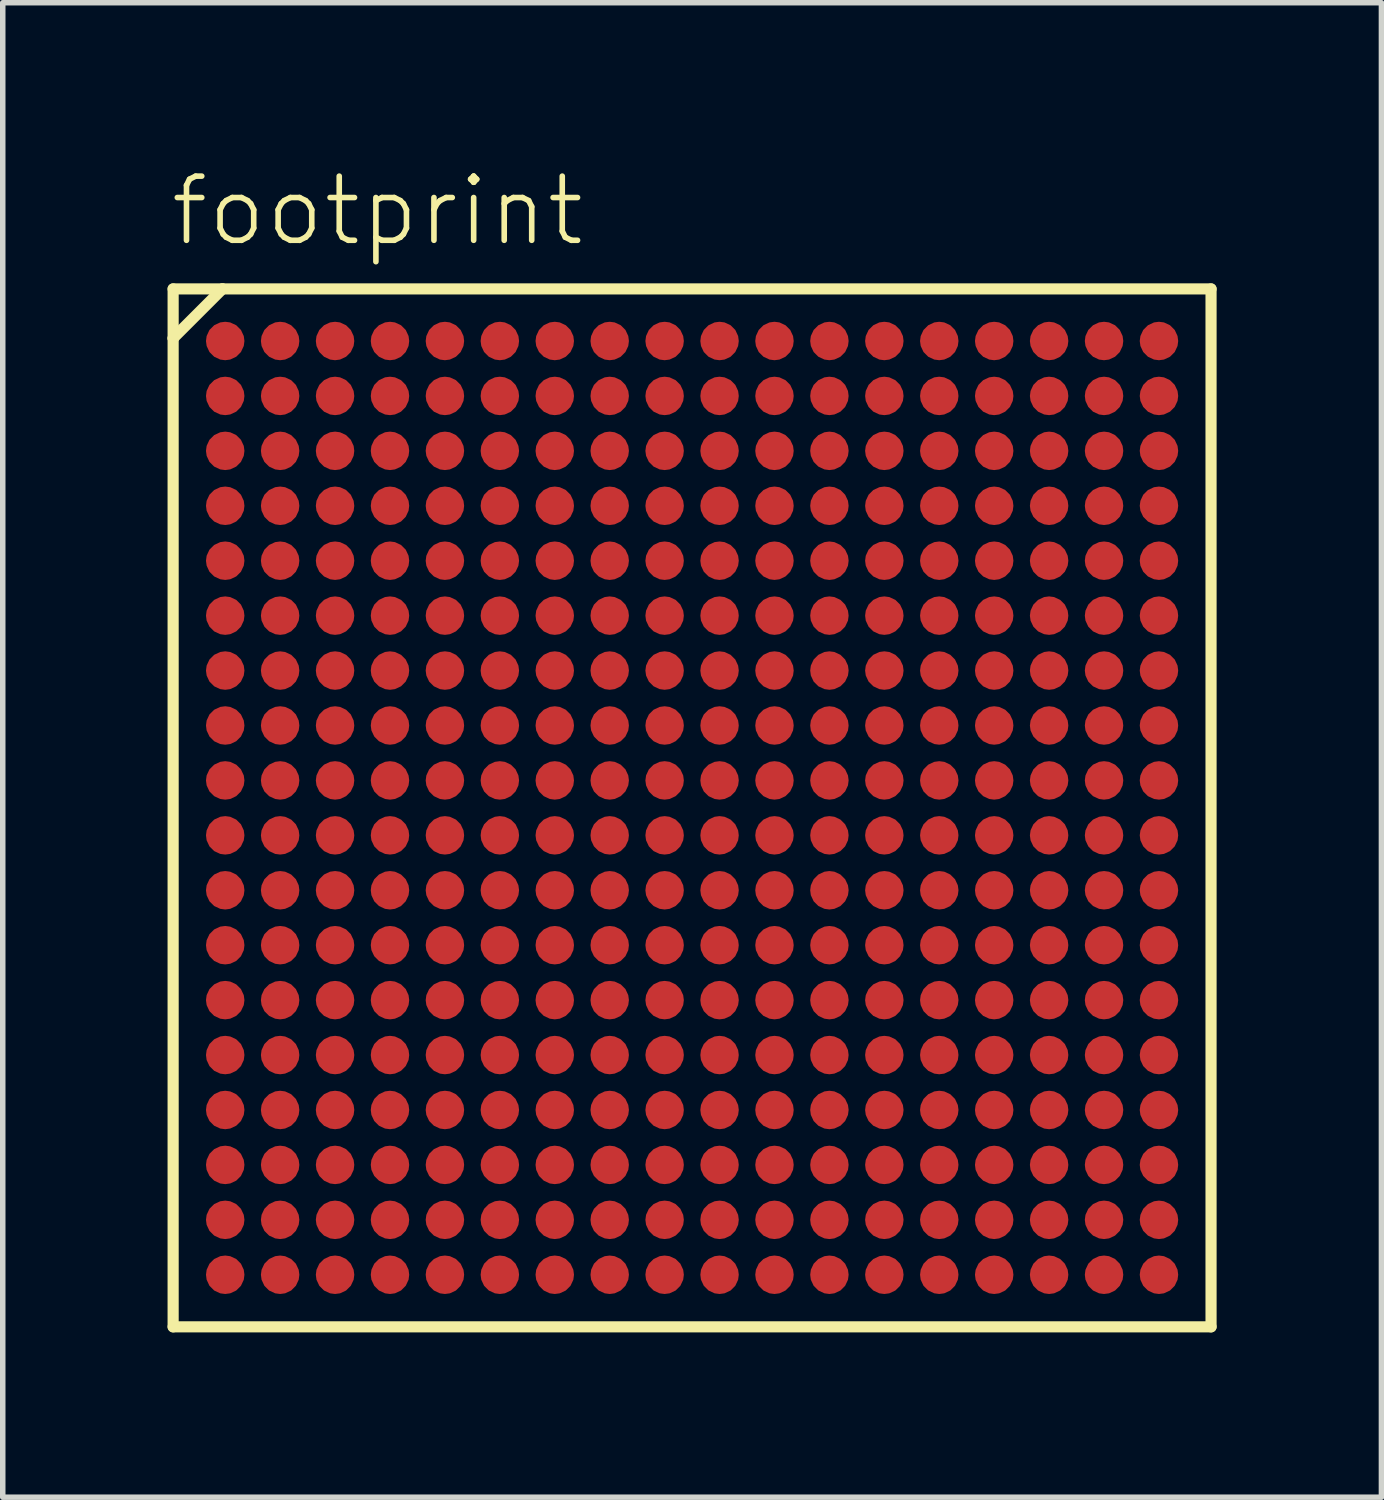
<source format=kicad_pcb>
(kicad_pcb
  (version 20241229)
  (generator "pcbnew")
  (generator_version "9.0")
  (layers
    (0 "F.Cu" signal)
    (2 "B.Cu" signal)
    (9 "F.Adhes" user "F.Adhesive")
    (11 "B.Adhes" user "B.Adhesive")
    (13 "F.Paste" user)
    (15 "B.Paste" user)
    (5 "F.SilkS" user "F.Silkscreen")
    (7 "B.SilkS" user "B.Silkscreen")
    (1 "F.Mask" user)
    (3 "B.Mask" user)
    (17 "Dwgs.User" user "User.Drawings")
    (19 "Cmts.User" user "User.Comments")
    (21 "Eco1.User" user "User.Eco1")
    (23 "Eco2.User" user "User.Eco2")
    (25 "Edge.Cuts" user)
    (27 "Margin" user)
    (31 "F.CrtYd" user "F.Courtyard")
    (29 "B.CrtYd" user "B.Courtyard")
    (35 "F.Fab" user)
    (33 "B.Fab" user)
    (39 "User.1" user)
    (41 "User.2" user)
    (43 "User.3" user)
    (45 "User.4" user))
  (footprint "footprint"
    (layer "F.Cu")
    (at 9.55 11.658)
    (property "Reference" "footprint" (at -9.55 -10.185 0) (layer "F.SilkS") (effects (font (size 1.168 1.168) (thickness 0.102)) (justify left bottom)))
    (fp_circle (center -8.5 -8.5) (end -8.35 -8.5) (stroke (width 0.3) (type solid)) (fill yes) (layer "F.Mask"))
    (fp_circle (center -8.5 -7.5) (end -8.35 -7.5) (stroke (width 0.3) (type solid)) (fill yes) (layer "F.Mask"))
    (fp_circle (center -8.5 -6.5) (end -8.35 -6.5) (stroke (width 0.3) (type solid)) (fill yes) (layer "F.Mask"))
    (fp_circle (center -8.5 -5.5) (end -8.35 -5.5) (stroke (width 0.3) (type solid)) (fill yes) (layer "F.Mask"))
    (fp_circle (center -8.5 -4.5) (end -8.35 -4.5) (stroke (width 0.3) (type solid)) (fill yes) (layer "F.Mask"))
    (fp_circle (center -8.5 -3.5) (end -8.35 -3.5) (stroke (width 0.3) (type solid)) (fill yes) (layer "F.Mask"))
    (fp_circle (center -8.5 -2.5) (end -8.35 -2.5) (stroke (width 0.3) (type solid)) (fill yes) (layer "F.Mask"))
    (fp_circle (center -8.5 -1.5) (end -8.35 -1.5) (stroke (width 0.3) (type solid)) (fill yes) (layer "F.Mask"))
    (fp_circle (center -8.5 -0.5) (end -8.35 -0.5) (stroke (width 0.3) (type solid)) (fill yes) (layer "F.Mask"))
    (fp_circle (center -8.5 0.5) (end -8.35 0.5) (stroke (width 0.3) (type solid)) (fill yes) (layer "F.Mask"))
    (fp_circle (center -8.5 1.5) (end -8.35 1.5) (stroke (width 0.3) (type solid)) (fill yes) (layer "F.Mask"))
    (fp_circle (center -8.5 2.5) (end -8.35 2.5) (stroke (width 0.3) (type solid)) (fill yes) (layer "F.Mask"))
    (fp_circle (center -8.5 3.5) (end -8.35 3.5) (stroke (width 0.3) (type solid)) (fill yes) (layer "F.Mask"))
    (fp_circle (center -8.5 4.5) (end -8.35 4.5) (stroke (width 0.3) (type solid)) (fill yes) (layer "F.Mask"))
    (fp_circle (center -8.5 5.5) (end -8.35 5.5) (stroke (width 0.3) (type solid)) (fill yes) (layer "F.Mask"))
    (fp_circle (center -8.5 6.5) (end -8.35 6.5) (stroke (width 0.3) (type solid)) (fill yes) (layer "F.Mask"))
    (fp_circle (center -8.5 7.5) (end -8.35 7.5) (stroke (width 0.3) (type solid)) (fill yes) (layer "F.Mask"))
    (fp_circle (center -8.5 8.5) (end -8.35 8.5) (stroke (width 0.3) (type solid)) (fill yes) (layer "F.Mask"))
    (fp_circle (center -7.5 -8.5) (end -7.35 -8.5) (stroke (width 0.3) (type solid)) (fill yes) (layer "F.Mask"))
    (fp_circle (center -7.5 -7.5) (end -7.35 -7.5) (stroke (width 0.3) (type solid)) (fill yes) (layer "F.Mask"))
    (fp_circle (center -7.5 -6.5) (end -7.35 -6.5) (stroke (width 0.3) (type solid)) (fill yes) (layer "F.Mask"))
    (fp_circle (center -7.5 -5.5) (end -7.35 -5.5) (stroke (width 0.3) (type solid)) (fill yes) (layer "F.Mask"))
    (fp_circle (center -7.5 -4.5) (end -7.35 -4.5) (stroke (width 0.3) (type solid)) (fill yes) (layer "F.Mask"))
    (fp_circle (center -7.5 -3.5) (end -7.35 -3.5) (stroke (width 0.3) (type solid)) (fill yes) (layer "F.Mask"))
    (fp_circle (center -7.5 -2.5) (end -7.35 -2.5) (stroke (width 0.3) (type solid)) (fill yes) (layer "F.Mask"))
    (fp_circle (center -7.5 -1.5) (end -7.35 -1.5) (stroke (width 0.3) (type solid)) (fill yes) (layer "F.Mask"))
    (fp_circle (center -7.5 -0.5) (end -7.35 -0.5) (stroke (width 0.3) (type solid)) (fill yes) (layer "F.Mask"))
    (fp_circle (center -7.5 0.5) (end -7.35 0.5) (stroke (width 0.3) (type solid)) (fill yes) (layer "F.Mask"))
    (fp_circle (center -7.5 1.5) (end -7.35 1.5) (stroke (width 0.3) (type solid)) (fill yes) (layer "F.Mask"))
    (fp_circle (center -7.5 2.5) (end -7.35 2.5) (stroke (width 0.3) (type solid)) (fill yes) (layer "F.Mask"))
    (fp_circle (center -7.5 3.5) (end -7.35 3.5) (stroke (width 0.3) (type solid)) (fill yes) (layer "F.Mask"))
    (fp_circle (center -7.5 4.5) (end -7.35 4.5) (stroke (width 0.3) (type solid)) (fill yes) (layer "F.Mask"))
    (fp_circle (center -7.5 5.5) (end -7.35 5.5) (stroke (width 0.3) (type solid)) (fill yes) (layer "F.Mask"))
    (fp_circle (center -7.5 6.5) (end -7.35 6.5) (stroke (width 0.3) (type solid)) (fill yes) (layer "F.Mask"))
    (fp_circle (center -7.5 7.5) (end -7.35 7.5) (stroke (width 0.3) (type solid)) (fill yes) (layer "F.Mask"))
    (fp_circle (center -7.5 8.5) (end -7.35 8.5) (stroke (width 0.3) (type solid)) (fill yes) (layer "F.Mask"))
    (fp_circle (center -6.5 -8.5) (end -6.35 -8.5) (stroke (width 0.3) (type solid)) (fill yes) (layer "F.Mask"))
    (fp_circle (center -6.5 -7.5) (end -6.35 -7.5) (stroke (width 0.3) (type solid)) (fill yes) (layer "F.Mask"))
    (fp_circle (center -6.5 -6.5) (end -6.35 -6.5) (stroke (width 0.3) (type solid)) (fill yes) (layer "F.Mask"))
    (fp_circle (center -6.5 -5.5) (end -6.35 -5.5) (stroke (width 0.3) (type solid)) (fill yes) (layer "F.Mask"))
    (fp_circle (center -6.5 -4.5) (end -6.35 -4.5) (stroke (width 0.3) (type solid)) (fill yes) (layer "F.Mask"))
    (fp_circle (center -6.5 -3.5) (end -6.35 -3.5) (stroke (width 0.3) (type solid)) (fill yes) (layer "F.Mask"))
    (fp_circle (center -6.5 -2.5) (end -6.35 -2.5) (stroke (width 0.3) (type solid)) (fill yes) (layer "F.Mask"))
    (fp_circle (center -6.5 -1.5) (end -6.35 -1.5) (stroke (width 0.3) (type solid)) (fill yes) (layer "F.Mask"))
    (fp_circle (center -6.5 -0.5) (end -6.35 -0.5) (stroke (width 0.3) (type solid)) (fill yes) (layer "F.Mask"))
    (fp_circle (center -6.5 0.5) (end -6.35 0.5) (stroke (width 0.3) (type solid)) (fill yes) (layer "F.Mask"))
    (fp_circle (center -6.5 1.5) (end -6.35 1.5) (stroke (width 0.3) (type solid)) (fill yes) (layer "F.Mask"))
    (fp_circle (center -6.5 2.5) (end -6.35 2.5) (stroke (width 0.3) (type solid)) (fill yes) (layer "F.Mask"))
    (fp_circle (center -6.5 3.5) (end -6.35 3.5) (stroke (width 0.3) (type solid)) (fill yes) (layer "F.Mask"))
    (fp_circle (center -6.5 4.5) (end -6.35 4.5) (stroke (width 0.3) (type solid)) (fill yes) (layer "F.Mask"))
    (fp_circle (center -6.5 5.5) (end -6.35 5.5) (stroke (width 0.3) (type solid)) (fill yes) (layer "F.Mask"))
    (fp_circle (center -6.5 6.5) (end -6.35 6.5) (stroke (width 0.3) (type solid)) (fill yes) (layer "F.Mask"))
    (fp_circle (center -6.5 7.5) (end -6.35 7.5) (stroke (width 0.3) (type solid)) (fill yes) (layer "F.Mask"))
    (fp_circle (center -6.5 8.5) (end -6.35 8.5) (stroke (width 0.3) (type solid)) (fill yes) (layer "F.Mask"))
    (fp_circle (center -5.5 -8.5) (end -5.35 -8.5) (stroke (width 0.3) (type solid)) (fill yes) (layer "F.Mask"))
    (fp_circle (center -5.5 -7.5) (end -5.35 -7.5) (stroke (width 0.3) (type solid)) (fill yes) (layer "F.Mask"))
    (fp_circle (center -5.5 -6.5) (end -5.35 -6.5) (stroke (width 0.3) (type solid)) (fill yes) (layer "F.Mask"))
    (fp_circle (center -5.5 -5.5) (end -5.35 -5.5) (stroke (width 0.3) (type solid)) (fill yes) (layer "F.Mask"))
    (fp_circle (center -5.5 -4.5) (end -5.35 -4.5) (stroke (width 0.3) (type solid)) (fill yes) (layer "F.Mask"))
    (fp_circle (center -5.5 -3.5) (end -5.35 -3.5) (stroke (width 0.3) (type solid)) (fill yes) (layer "F.Mask"))
    (fp_circle (center -5.5 -2.5) (end -5.35 -2.5) (stroke (width 0.3) (type solid)) (fill yes) (layer "F.Mask"))
    (fp_circle (center -5.5 -1.5) (end -5.35 -1.5) (stroke (width 0.3) (type solid)) (fill yes) (layer "F.Mask"))
    (fp_circle (center -5.5 -0.5) (end -5.35 -0.5) (stroke (width 0.3) (type solid)) (fill yes) (layer "F.Mask"))
    (fp_circle (center -5.5 0.5) (end -5.35 0.5) (stroke (width 0.3) (type solid)) (fill yes) (layer "F.Mask"))
    (fp_circle (center -5.5 1.5) (end -5.35 1.5) (stroke (width 0.3) (type solid)) (fill yes) (layer "F.Mask"))
    (fp_circle (center -5.5 2.5) (end -5.35 2.5) (stroke (width 0.3) (type solid)) (fill yes) (layer "F.Mask"))
    (fp_circle (center -5.5 3.5) (end -5.35 3.5) (stroke (width 0.3) (type solid)) (fill yes) (layer "F.Mask"))
    (fp_circle (center -5.5 4.5) (end -5.35 4.5) (stroke (width 0.3) (type solid)) (fill yes) (layer "F.Mask"))
    (fp_circle (center -5.5 5.5) (end -5.35 5.5) (stroke (width 0.3) (type solid)) (fill yes) (layer "F.Mask"))
    (fp_circle (center -5.5 6.5) (end -5.35 6.5) (stroke (width 0.3) (type solid)) (fill yes) (layer "F.Mask"))
    (fp_circle (center -5.5 7.5) (end -5.35 7.5) (stroke (width 0.3) (type solid)) (fill yes) (layer "F.Mask"))
    (fp_circle (center -5.5 8.5) (end -5.35 8.5) (stroke (width 0.3) (type solid)) (fill yes) (layer "F.Mask"))
    (fp_circle (center -4.5 -8.5) (end -4.35 -8.5) (stroke (width 0.3) (type solid)) (fill yes) (layer "F.Mask"))
    (fp_circle (center -4.5 -7.5) (end -4.35 -7.5) (stroke (width 0.3) (type solid)) (fill yes) (layer "F.Mask"))
    (fp_circle (center -4.5 -6.5) (end -4.35 -6.5) (stroke (width 0.3) (type solid)) (fill yes) (layer "F.Mask"))
    (fp_circle (center -4.5 -5.5) (end -4.35 -5.5) (stroke (width 0.3) (type solid)) (fill yes) (layer "F.Mask"))
    (fp_circle (center -4.5 -4.5) (end -4.35 -4.5) (stroke (width 0.3) (type solid)) (fill yes) (layer "F.Mask"))
    (fp_circle (center -4.5 -3.5) (end -4.35 -3.5) (stroke (width 0.3) (type solid)) (fill yes) (layer "F.Mask"))
    (fp_circle (center -4.5 -2.5) (end -4.35 -2.5) (stroke (width 0.3) (type solid)) (fill yes) (layer "F.Mask"))
    (fp_circle (center -4.5 -1.5) (end -4.35 -1.5) (stroke (width 0.3) (type solid)) (fill yes) (layer "F.Mask"))
    (fp_circle (center -4.5 -0.5) (end -4.35 -0.5) (stroke (width 0.3) (type solid)) (fill yes) (layer "F.Mask"))
    (fp_circle (center -4.5 0.5) (end -4.35 0.5) (stroke (width 0.3) (type solid)) (fill yes) (layer "F.Mask"))
    (fp_circle (center -4.5 1.5) (end -4.35 1.5) (stroke (width 0.3) (type solid)) (fill yes) (layer "F.Mask"))
    (fp_circle (center -4.5 2.5) (end -4.35 2.5) (stroke (width 0.3) (type solid)) (fill yes) (layer "F.Mask"))
    (fp_circle (center -4.5 3.5) (end -4.35 3.5) (stroke (width 0.3) (type solid)) (fill yes) (layer "F.Mask"))
    (fp_circle (center -4.5 4.5) (end -4.35 4.5) (stroke (width 0.3) (type solid)) (fill yes) (layer "F.Mask"))
    (fp_circle (center -4.5 5.5) (end -4.35 5.5) (stroke (width 0.3) (type solid)) (fill yes) (layer "F.Mask"))
    (fp_circle (center -4.5 6.5) (end -4.35 6.5) (stroke (width 0.3) (type solid)) (fill yes) (layer "F.Mask"))
    (fp_circle (center -4.5 7.5) (end -4.35 7.5) (stroke (width 0.3) (type solid)) (fill yes) (layer "F.Mask"))
    (fp_circle (center -4.5 8.5) (end -4.35 8.5) (stroke (width 0.3) (type solid)) (fill yes) (layer "F.Mask"))
    (fp_circle (center -3.5 -8.5) (end -3.35 -8.5) (stroke (width 0.3) (type solid)) (fill yes) (layer "F.Mask"))
    (fp_circle (center -3.5 -7.5) (end -3.35 -7.5) (stroke (width 0.3) (type solid)) (fill yes) (layer "F.Mask"))
    (fp_circle (center -3.5 -6.5) (end -3.35 -6.5) (stroke (width 0.3) (type solid)) (fill yes) (layer "F.Mask"))
    (fp_circle (center -3.5 -5.5) (end -3.35 -5.5) (stroke (width 0.3) (type solid)) (fill yes) (layer "F.Mask"))
    (fp_circle (center -3.5 -4.5) (end -3.35 -4.5) (stroke (width 0.3) (type solid)) (fill yes) (layer "F.Mask"))
    (fp_circle (center -3.5 -3.5) (end -3.35 -3.5) (stroke (width 0.3) (type solid)) (fill yes) (layer "F.Mask"))
    (fp_circle (center -3.5 -2.5) (end -3.35 -2.5) (stroke (width 0.3) (type solid)) (fill yes) (layer "F.Mask"))
    (fp_circle (center -3.5 -1.5) (end -3.35 -1.5) (stroke (width 0.3) (type solid)) (fill yes) (layer "F.Mask"))
    (fp_circle (center -3.5 -0.5) (end -3.35 -0.5) (stroke (width 0.3) (type solid)) (fill yes) (layer "F.Mask"))
    (fp_circle (center -3.5 0.5) (end -3.35 0.5) (stroke (width 0.3) (type solid)) (fill yes) (layer "F.Mask"))
    (fp_circle (center -3.5 1.5) (end -3.35 1.5) (stroke (width 0.3) (type solid)) (fill yes) (layer "F.Mask"))
    (fp_circle (center -3.5 2.5) (end -3.35 2.5) (stroke (width 0.3) (type solid)) (fill yes) (layer "F.Mask"))
    (fp_circle (center -3.5 3.5) (end -3.35 3.5) (stroke (width 0.3) (type solid)) (fill yes) (layer "F.Mask"))
    (fp_circle (center -3.5 4.5) (end -3.35 4.5) (stroke (width 0.3) (type solid)) (fill yes) (layer "F.Mask"))
    (fp_circle (center -3.5 5.5) (end -3.35 5.5) (stroke (width 0.3) (type solid)) (fill yes) (layer "F.Mask"))
    (fp_circle (center -3.5 6.5) (end -3.35 6.5) (stroke (width 0.3) (type solid)) (fill yes) (layer "F.Mask"))
    (fp_circle (center -3.5 7.5) (end -3.35 7.5) (stroke (width 0.3) (type solid)) (fill yes) (layer "F.Mask"))
    (fp_circle (center -3.5 8.5) (end -3.35 8.5) (stroke (width 0.3) (type solid)) (fill yes) (layer "F.Mask"))
    (fp_circle (center -2.5 -8.5) (end -2.35 -8.5) (stroke (width 0.3) (type solid)) (fill yes) (layer "F.Mask"))
    (fp_circle (center -2.5 -7.5) (end -2.35 -7.5) (stroke (width 0.3) (type solid)) (fill yes) (layer "F.Mask"))
    (fp_circle (center -2.5 -6.5) (end -2.35 -6.5) (stroke (width 0.3) (type solid)) (fill yes) (layer "F.Mask"))
    (fp_circle (center -2.5 -5.5) (end -2.35 -5.5) (stroke (width 0.3) (type solid)) (fill yes) (layer "F.Mask"))
    (fp_circle (center -2.5 -4.5) (end -2.35 -4.5) (stroke (width 0.3) (type solid)) (fill yes) (layer "F.Mask"))
    (fp_circle (center -2.5 -3.5) (end -2.35 -3.5) (stroke (width 0.3) (type solid)) (fill yes) (layer "F.Mask"))
    (fp_circle (center -2.5 -2.5) (end -2.35 -2.5) (stroke (width 0.3) (type solid)) (fill yes) (layer "F.Mask"))
    (fp_circle (center -2.5 -1.5) (end -2.35 -1.5) (stroke (width 0.3) (type solid)) (fill yes) (layer "F.Mask"))
    (fp_circle (center -2.5 -0.5) (end -2.35 -0.5) (stroke (width 0.3) (type solid)) (fill yes) (layer "F.Mask"))
    (fp_circle (center -2.5 0.5) (end -2.35 0.5) (stroke (width 0.3) (type solid)) (fill yes) (layer "F.Mask"))
    (fp_circle (center -2.5 1.5) (end -2.35 1.5) (stroke (width 0.3) (type solid)) (fill yes) (layer "F.Mask"))
    (fp_circle (center -2.5 2.5) (end -2.35 2.5) (stroke (width 0.3) (type solid)) (fill yes) (layer "F.Mask"))
    (fp_circle (center -2.5 3.5) (end -2.35 3.5) (stroke (width 0.3) (type solid)) (fill yes) (layer "F.Mask"))
    (fp_circle (center -2.5 4.5) (end -2.35 4.5) (stroke (width 0.3) (type solid)) (fill yes) (layer "F.Mask"))
    (fp_circle (center -2.5 5.5) (end -2.35 5.5) (stroke (width 0.3) (type solid)) (fill yes) (layer "F.Mask"))
    (fp_circle (center -2.5 6.5) (end -2.35 6.5) (stroke (width 0.3) (type solid)) (fill yes) (layer "F.Mask"))
    (fp_circle (center -2.5 7.5) (end -2.35 7.5) (stroke (width 0.3) (type solid)) (fill yes) (layer "F.Mask"))
    (fp_circle (center -2.5 8.5) (end -2.35 8.5) (stroke (width 0.3) (type solid)) (fill yes) (layer "F.Mask"))
    (fp_circle (center -1.5 -8.5) (end -1.35 -8.5) (stroke (width 0.3) (type solid)) (fill yes) (layer "F.Mask"))
    (fp_circle (center -1.5 -7.5) (end -1.35 -7.5) (stroke (width 0.3) (type solid)) (fill yes) (layer "F.Mask"))
    (fp_circle (center -1.5 -6.5) (end -1.35 -6.5) (stroke (width 0.3) (type solid)) (fill yes) (layer "F.Mask"))
    (fp_circle (center -1.5 -5.5) (end -1.35 -5.5) (stroke (width 0.3) (type solid)) (fill yes) (layer "F.Mask"))
    (fp_circle (center -1.5 -4.5) (end -1.35 -4.5) (stroke (width 0.3) (type solid)) (fill yes) (layer "F.Mask"))
    (fp_circle (center -1.5 -3.5) (end -1.35 -3.5) (stroke (width 0.3) (type solid)) (fill yes) (layer "F.Mask"))
    (fp_circle (center -1.5 -2.5) (end -1.35 -2.5) (stroke (width 0.3) (type solid)) (fill yes) (layer "F.Mask"))
    (fp_circle (center -1.5 -1.5) (end -1.35 -1.5) (stroke (width 0.3) (type solid)) (fill yes) (layer "F.Mask"))
    (fp_circle (center -1.5 -0.5) (end -1.35 -0.5) (stroke (width 0.3) (type solid)) (fill yes) (layer "F.Mask"))
    (fp_circle (center -1.5 0.5) (end -1.35 0.5) (stroke (width 0.3) (type solid)) (fill yes) (layer "F.Mask"))
    (fp_circle (center -1.5 1.5) (end -1.35 1.5) (stroke (width 0.3) (type solid)) (fill yes) (layer "F.Mask"))
    (fp_circle (center -1.5 2.5) (end -1.35 2.5) (stroke (width 0.3) (type solid)) (fill yes) (layer "F.Mask"))
    (fp_circle (center -1.5 3.5) (end -1.35 3.5) (stroke (width 0.3) (type solid)) (fill yes) (layer "F.Mask"))
    (fp_circle (center -1.5 4.5) (end -1.35 4.5) (stroke (width 0.3) (type solid)) (fill yes) (layer "F.Mask"))
    (fp_circle (center -1.5 5.5) (end -1.35 5.5) (stroke (width 0.3) (type solid)) (fill yes) (layer "F.Mask"))
    (fp_circle (center -1.5 6.5) (end -1.35 6.5) (stroke (width 0.3) (type solid)) (fill yes) (layer "F.Mask"))
    (fp_circle (center -1.5 7.5) (end -1.35 7.5) (stroke (width 0.3) (type solid)) (fill yes) (layer "F.Mask"))
    (fp_circle (center -1.5 8.5) (end -1.35 8.5) (stroke (width 0.3) (type solid)) (fill yes) (layer "F.Mask"))
    (fp_circle (center -0.5 -8.5) (end -0.35 -8.5) (stroke (width 0.3) (type solid)) (fill yes) (layer "F.Mask"))
    (fp_circle (center -0.5 -7.5) (end -0.35 -7.5) (stroke (width 0.3) (type solid)) (fill yes) (layer "F.Mask"))
    (fp_circle (center -0.5 -6.5) (end -0.35 -6.5) (stroke (width 0.3) (type solid)) (fill yes) (layer "F.Mask"))
    (fp_circle (center -0.5 -5.5) (end -0.35 -5.5) (stroke (width 0.3) (type solid)) (fill yes) (layer "F.Mask"))
    (fp_circle (center -0.5 -4.5) (end -0.35 -4.5) (stroke (width 0.3) (type solid)) (fill yes) (layer "F.Mask"))
    (fp_circle (center -0.5 -3.5) (end -0.35 -3.5) (stroke (width 0.3) (type solid)) (fill yes) (layer "F.Mask"))
    (fp_circle (center -0.5 -2.5) (end -0.35 -2.5) (stroke (width 0.3) (type solid)) (fill yes) (layer "F.Mask"))
    (fp_circle (center -0.5 -1.5) (end -0.35 -1.5) (stroke (width 0.3) (type solid)) (fill yes) (layer "F.Mask"))
    (fp_circle (center -0.5 -0.5) (end -0.35 -0.5) (stroke (width 0.3) (type solid)) (fill yes) (layer "F.Mask"))
    (fp_circle (center -0.5 0.5) (end -0.35 0.5) (stroke (width 0.3) (type solid)) (fill yes) (layer "F.Mask"))
    (fp_circle (center -0.5 1.5) (end -0.35 1.5) (stroke (width 0.3) (type solid)) (fill yes) (layer "F.Mask"))
    (fp_circle (center -0.5 2.5) (end -0.35 2.5) (stroke (width 0.3) (type solid)) (fill yes) (layer "F.Mask"))
    (fp_circle (center -0.5 3.5) (end -0.35 3.5) (stroke (width 0.3) (type solid)) (fill yes) (layer "F.Mask"))
    (fp_circle (center -0.5 4.5) (end -0.35 4.5) (stroke (width 0.3) (type solid)) (fill yes) (layer "F.Mask"))
    (fp_circle (center -0.5 5.5) (end -0.35 5.5) (stroke (width 0.3) (type solid)) (fill yes) (layer "F.Mask"))
    (fp_circle (center -0.5 6.5) (end -0.35 6.5) (stroke (width 0.3) (type solid)) (fill yes) (layer "F.Mask"))
    (fp_circle (center -0.5 7.5) (end -0.35 7.5) (stroke (width 0.3) (type solid)) (fill yes) (layer "F.Mask"))
    (fp_circle (center -0.5 8.5) (end -0.35 8.5) (stroke (width 0.3) (type solid)) (fill yes) (layer "F.Mask"))
    (fp_circle (center 0.5 -8.5) (end 0.65 -8.5) (stroke (width 0.3) (type solid)) (fill yes) (layer "F.Mask"))
    (fp_circle (center 0.5 -7.5) (end 0.65 -7.5) (stroke (width 0.3) (type solid)) (fill yes) (layer "F.Mask"))
    (fp_circle (center 0.5 -6.5) (end 0.65 -6.5) (stroke (width 0.3) (type solid)) (fill yes) (layer "F.Mask"))
    (fp_circle (center 0.5 -5.5) (end 0.65 -5.5) (stroke (width 0.3) (type solid)) (fill yes) (layer "F.Mask"))
    (fp_circle (center 0.5 -4.5) (end 0.65 -4.5) (stroke (width 0.3) (type solid)) (fill yes) (layer "F.Mask"))
    (fp_circle (center 0.5 -3.5) (end 0.65 -3.5) (stroke (width 0.3) (type solid)) (fill yes) (layer "F.Mask"))
    (fp_circle (center 0.5 -2.5) (end 0.65 -2.5) (stroke (width 0.3) (type solid)) (fill yes) (layer "F.Mask"))
    (fp_circle (center 0.5 -1.5) (end 0.65 -1.5) (stroke (width 0.3) (type solid)) (fill yes) (layer "F.Mask"))
    (fp_circle (center 0.5 -0.5) (end 0.65 -0.5) (stroke (width 0.3) (type solid)) (fill yes) (layer "F.Mask"))
    (fp_circle (center 0.5 0.5) (end 0.65 0.5) (stroke (width 0.3) (type solid)) (fill yes) (layer "F.Mask"))
    (fp_circle (center 0.5 1.5) (end 0.65 1.5) (stroke (width 0.3) (type solid)) (fill yes) (layer "F.Mask"))
    (fp_circle (center 0.5 2.5) (end 0.65 2.5) (stroke (width 0.3) (type solid)) (fill yes) (layer "F.Mask"))
    (fp_circle (center 0.5 3.5) (end 0.65 3.5) (stroke (width 0.3) (type solid)) (fill yes) (layer "F.Mask"))
    (fp_circle (center 0.5 4.5) (end 0.65 4.5) (stroke (width 0.3) (type solid)) (fill yes) (layer "F.Mask"))
    (fp_circle (center 0.5 5.5) (end 0.65 5.5) (stroke (width 0.3) (type solid)) (fill yes) (layer "F.Mask"))
    (fp_circle (center 0.5 6.5) (end 0.65 6.5) (stroke (width 0.3) (type solid)) (fill yes) (layer "F.Mask"))
    (fp_circle (center 0.5 7.5) (end 0.65 7.5) (stroke (width 0.3) (type solid)) (fill yes) (layer "F.Mask"))
    (fp_circle (center 0.5 8.5) (end 0.65 8.5) (stroke (width 0.3) (type solid)) (fill yes) (layer "F.Mask"))
    (fp_circle (center 1.5 -8.5) (end 1.65 -8.5) (stroke (width 0.3) (type solid)) (fill yes) (layer "F.Mask"))
    (fp_circle (center 1.5 -7.5) (end 1.65 -7.5) (stroke (width 0.3) (type solid)) (fill yes) (layer "F.Mask"))
    (fp_circle (center 1.5 -6.5) (end 1.65 -6.5) (stroke (width 0.3) (type solid)) (fill yes) (layer "F.Mask"))
    (fp_circle (center 1.5 -5.5) (end 1.65 -5.5) (stroke (width 0.3) (type solid)) (fill yes) (layer "F.Mask"))
    (fp_circle (center 1.5 -4.5) (end 1.65 -4.5) (stroke (width 0.3) (type solid)) (fill yes) (layer "F.Mask"))
    (fp_circle (center 1.5 -3.5) (end 1.65 -3.5) (stroke (width 0.3) (type solid)) (fill yes) (layer "F.Mask"))
    (fp_circle (center 1.5 -2.5) (end 1.65 -2.5) (stroke (width 0.3) (type solid)) (fill yes) (layer "F.Mask"))
    (fp_circle (center 1.5 -1.5) (end 1.65 -1.5) (stroke (width 0.3) (type solid)) (fill yes) (layer "F.Mask"))
    (fp_circle (center 1.5 -0.5) (end 1.65 -0.5) (stroke (width 0.3) (type solid)) (fill yes) (layer "F.Mask"))
    (fp_circle (center 1.5 0.5) (end 1.65 0.5) (stroke (width 0.3) (type solid)) (fill yes) (layer "F.Mask"))
    (fp_circle (center 1.5 1.5) (end 1.65 1.5) (stroke (width 0.3) (type solid)) (fill yes) (layer "F.Mask"))
    (fp_circle (center 1.5 2.5) (end 1.65 2.5) (stroke (width 0.3) (type solid)) (fill yes) (layer "F.Mask"))
    (fp_circle (center 1.5 3.5) (end 1.65 3.5) (stroke (width 0.3) (type solid)) (fill yes) (layer "F.Mask"))
    (fp_circle (center 1.5 4.5) (end 1.65 4.5) (stroke (width 0.3) (type solid)) (fill yes) (layer "F.Mask"))
    (fp_circle (center 1.5 5.5) (end 1.65 5.5) (stroke (width 0.3) (type solid)) (fill yes) (layer "F.Mask"))
    (fp_circle (center 1.5 6.5) (end 1.65 6.5) (stroke (width 0.3) (type solid)) (fill yes) (layer "F.Mask"))
    (fp_circle (center 1.5 7.5) (end 1.65 7.5) (stroke (width 0.3) (type solid)) (fill yes) (layer "F.Mask"))
    (fp_circle (center 1.5 8.5) (end 1.65 8.5) (stroke (width 0.3) (type solid)) (fill yes) (layer "F.Mask"))
    (fp_circle (center 2.5 -8.5) (end 2.65 -8.5) (stroke (width 0.3) (type solid)) (fill yes) (layer "F.Mask"))
    (fp_circle (center 2.5 -7.5) (end 2.65 -7.5) (stroke (width 0.3) (type solid)) (fill yes) (layer "F.Mask"))
    (fp_circle (center 2.5 -6.5) (end 2.65 -6.5) (stroke (width 0.3) (type solid)) (fill yes) (layer "F.Mask"))
    (fp_circle (center 2.5 -5.5) (end 2.65 -5.5) (stroke (width 0.3) (type solid)) (fill yes) (layer "F.Mask"))
    (fp_circle (center 2.5 -4.5) (end 2.65 -4.5) (stroke (width 0.3) (type solid)) (fill yes) (layer "F.Mask"))
    (fp_circle (center 2.5 -3.5) (end 2.65 -3.5) (stroke (width 0.3) (type solid)) (fill yes) (layer "F.Mask"))
    (fp_circle (center 2.5 -2.5) (end 2.65 -2.5) (stroke (width 0.3) (type solid)) (fill yes) (layer "F.Mask"))
    (fp_circle (center 2.5 -1.5) (end 2.65 -1.5) (stroke (width 0.3) (type solid)) (fill yes) (layer "F.Mask"))
    (fp_circle (center 2.5 -0.5) (end 2.65 -0.5) (stroke (width 0.3) (type solid)) (fill yes) (layer "F.Mask"))
    (fp_circle (center 2.5 0.5) (end 2.65 0.5) (stroke (width 0.3) (type solid)) (fill yes) (layer "F.Mask"))
    (fp_circle (center 2.5 1.5) (end 2.65 1.5) (stroke (width 0.3) (type solid)) (fill yes) (layer "F.Mask"))
    (fp_circle (center 2.5 2.5) (end 2.65 2.5) (stroke (width 0.3) (type solid)) (fill yes) (layer "F.Mask"))
    (fp_circle (center 2.5 3.5) (end 2.65 3.5) (stroke (width 0.3) (type solid)) (fill yes) (layer "F.Mask"))
    (fp_circle (center 2.5 4.5) (end 2.65 4.5) (stroke (width 0.3) (type solid)) (fill yes) (layer "F.Mask"))
    (fp_circle (center 2.5 5.5) (end 2.65 5.5) (stroke (width 0.3) (type solid)) (fill yes) (layer "F.Mask"))
    (fp_circle (center 2.5 6.5) (end 2.65 6.5) (stroke (width 0.3) (type solid)) (fill yes) (layer "F.Mask"))
    (fp_circle (center 2.5 7.5) (end 2.65 7.5) (stroke (width 0.3) (type solid)) (fill yes) (layer "F.Mask"))
    (fp_circle (center 2.5 8.5) (end 2.65 8.5) (stroke (width 0.3) (type solid)) (fill yes) (layer "F.Mask"))
    (fp_circle (center 3.5 -8.5) (end 3.65 -8.5) (stroke (width 0.3) (type solid)) (fill yes) (layer "F.Mask"))
    (fp_circle (center 3.5 -7.5) (end 3.65 -7.5) (stroke (width 0.3) (type solid)) (fill yes) (layer "F.Mask"))
    (fp_circle (center 3.5 -6.5) (end 3.65 -6.5) (stroke (width 0.3) (type solid)) (fill yes) (layer "F.Mask"))
    (fp_circle (center 3.5 -5.5) (end 3.65 -5.5) (stroke (width 0.3) (type solid)) (fill yes) (layer "F.Mask"))
    (fp_circle (center 3.5 -4.5) (end 3.65 -4.5) (stroke (width 0.3) (type solid)) (fill yes) (layer "F.Mask"))
    (fp_circle (center 3.5 -3.5) (end 3.65 -3.5) (stroke (width 0.3) (type solid)) (fill yes) (layer "F.Mask"))
    (fp_circle (center 3.5 -2.5) (end 3.65 -2.5) (stroke (width 0.3) (type solid)) (fill yes) (layer "F.Mask"))
    (fp_circle (center 3.5 -1.5) (end 3.65 -1.5) (stroke (width 0.3) (type solid)) (fill yes) (layer "F.Mask"))
    (fp_circle (center 3.5 -0.5) (end 3.65 -0.5) (stroke (width 0.3) (type solid)) (fill yes) (layer "F.Mask"))
    (fp_circle (center 3.5 0.5) (end 3.65 0.5) (stroke (width 0.3) (type solid)) (fill yes) (layer "F.Mask"))
    (fp_circle (center 3.5 1.5) (end 3.65 1.5) (stroke (width 0.3) (type solid)) (fill yes) (layer "F.Mask"))
    (fp_circle (center 3.5 2.5) (end 3.65 2.5) (stroke (width 0.3) (type solid)) (fill yes) (layer "F.Mask"))
    (fp_circle (center 3.5 3.5) (end 3.65 3.5) (stroke (width 0.3) (type solid)) (fill yes) (layer "F.Mask"))
    (fp_circle (center 3.5 4.5) (end 3.65 4.5) (stroke (width 0.3) (type solid)) (fill yes) (layer "F.Mask"))
    (fp_circle (center 3.5 5.5) (end 3.65 5.5) (stroke (width 0.3) (type solid)) (fill yes) (layer "F.Mask"))
    (fp_circle (center 3.5 6.5) (end 3.65 6.5) (stroke (width 0.3) (type solid)) (fill yes) (layer "F.Mask"))
    (fp_circle (center 3.5 7.5) (end 3.65 7.5) (stroke (width 0.3) (type solid)) (fill yes) (layer "F.Mask"))
    (fp_circle (center 3.5 8.5) (end 3.65 8.5) (stroke (width 0.3) (type solid)) (fill yes) (layer "F.Mask"))
    (fp_circle (center 4.5 -8.5) (end 4.65 -8.5) (stroke (width 0.3) (type solid)) (fill yes) (layer "F.Mask"))
    (fp_circle (center 4.5 -7.5) (end 4.65 -7.5) (stroke (width 0.3) (type solid)) (fill yes) (layer "F.Mask"))
    (fp_circle (center 4.5 -6.5) (end 4.65 -6.5) (stroke (width 0.3) (type solid)) (fill yes) (layer "F.Mask"))
    (fp_circle (center 4.5 -5.5) (end 4.65 -5.5) (stroke (width 0.3) (type solid)) (fill yes) (layer "F.Mask"))
    (fp_circle (center 4.5 -4.5) (end 4.65 -4.5) (stroke (width 0.3) (type solid)) (fill yes) (layer "F.Mask"))
    (fp_circle (center 4.5 -3.5) (end 4.65 -3.5) (stroke (width 0.3) (type solid)) (fill yes) (layer "F.Mask"))
    (fp_circle (center 4.5 -2.5) (end 4.65 -2.5) (stroke (width 0.3) (type solid)) (fill yes) (layer "F.Mask"))
    (fp_circle (center 4.5 -1.5) (end 4.65 -1.5) (stroke (width 0.3) (type solid)) (fill yes) (layer "F.Mask"))
    (fp_circle (center 4.5 -0.5) (end 4.65 -0.5) (stroke (width 0.3) (type solid)) (fill yes) (layer "F.Mask"))
    (fp_circle (center 4.5 0.5) (end 4.65 0.5) (stroke (width 0.3) (type solid)) (fill yes) (layer "F.Mask"))
    (fp_circle (center 4.5 1.5) (end 4.65 1.5) (stroke (width 0.3) (type solid)) (fill yes) (layer "F.Mask"))
    (fp_circle (center 4.5 2.5) (end 4.65 2.5) (stroke (width 0.3) (type solid)) (fill yes) (layer "F.Mask"))
    (fp_circle (center 4.5 3.5) (end 4.65 3.5) (stroke (width 0.3) (type solid)) (fill yes) (layer "F.Mask"))
    (fp_circle (center 4.5 4.5) (end 4.65 4.5) (stroke (width 0.3) (type solid)) (fill yes) (layer "F.Mask"))
    (fp_circle (center 4.5 5.5) (end 4.65 5.5) (stroke (width 0.3) (type solid)) (fill yes) (layer "F.Mask"))
    (fp_circle (center 4.5 6.5) (end 4.65 6.5) (stroke (width 0.3) (type solid)) (fill yes) (layer "F.Mask"))
    (fp_circle (center 4.5 7.5) (end 4.65 7.5) (stroke (width 0.3) (type solid)) (fill yes) (layer "F.Mask"))
    (fp_circle (center 4.5 8.5) (end 4.65 8.5) (stroke (width 0.3) (type solid)) (fill yes) (layer "F.Mask"))
    (fp_circle (center 5.5 -8.5) (end 5.65 -8.5) (stroke (width 0.3) (type solid)) (fill yes) (layer "F.Mask"))
    (fp_circle (center 5.5 -7.5) (end 5.65 -7.5) (stroke (width 0.3) (type solid)) (fill yes) (layer "F.Mask"))
    (fp_circle (center 5.5 -6.5) (end 5.65 -6.5) (stroke (width 0.3) (type solid)) (fill yes) (layer "F.Mask"))
    (fp_circle (center 5.5 -5.5) (end 5.65 -5.5) (stroke (width 0.3) (type solid)) (fill yes) (layer "F.Mask"))
    (fp_circle (center 5.5 -4.5) (end 5.65 -4.5) (stroke (width 0.3) (type solid)) (fill yes) (layer "F.Mask"))
    (fp_circle (center 5.5 -3.5) (end 5.65 -3.5) (stroke (width 0.3) (type solid)) (fill yes) (layer "F.Mask"))
    (fp_circle (center 5.5 -2.5) (end 5.65 -2.5) (stroke (width 0.3) (type solid)) (fill yes) (layer "F.Mask"))
    (fp_circle (center 5.5 -1.5) (end 5.65 -1.5) (stroke (width 0.3) (type solid)) (fill yes) (layer "F.Mask"))
    (fp_circle (center 5.5 -0.5) (end 5.65 -0.5) (stroke (width 0.3) (type solid)) (fill yes) (layer "F.Mask"))
    (fp_circle (center 5.5 0.5) (end 5.65 0.5) (stroke (width 0.3) (type solid)) (fill yes) (layer "F.Mask"))
    (fp_circle (center 5.5 1.5) (end 5.65 1.5) (stroke (width 0.3) (type solid)) (fill yes) (layer "F.Mask"))
    (fp_circle (center 5.5 2.5) (end 5.65 2.5) (stroke (width 0.3) (type solid)) (fill yes) (layer "F.Mask"))
    (fp_circle (center 5.5 3.5) (end 5.65 3.5) (stroke (width 0.3) (type solid)) (fill yes) (layer "F.Mask"))
    (fp_circle (center 5.5 4.5) (end 5.65 4.5) (stroke (width 0.3) (type solid)) (fill yes) (layer "F.Mask"))
    (fp_circle (center 5.5 5.5) (end 5.65 5.5) (stroke (width 0.3) (type solid)) (fill yes) (layer "F.Mask"))
    (fp_circle (center 5.5 6.5) (end 5.65 6.5) (stroke (width 0.3) (type solid)) (fill yes) (layer "F.Mask"))
    (fp_circle (center 5.5 7.5) (end 5.65 7.5) (stroke (width 0.3) (type solid)) (fill yes) (layer "F.Mask"))
    (fp_circle (center 5.5 8.5) (end 5.65 8.5) (stroke (width 0.3) (type solid)) (fill yes) (layer "F.Mask"))
    (fp_circle (center 6.5 -8.5) (end 6.65 -8.5) (stroke (width 0.3) (type solid)) (fill yes) (layer "F.Mask"))
    (fp_circle (center 6.5 -7.5) (end 6.65 -7.5) (stroke (width 0.3) (type solid)) (fill yes) (layer "F.Mask"))
    (fp_circle (center 6.5 -6.5) (end 6.65 -6.5) (stroke (width 0.3) (type solid)) (fill yes) (layer "F.Mask"))
    (fp_circle (center 6.5 -5.5) (end 6.65 -5.5) (stroke (width 0.3) (type solid)) (fill yes) (layer "F.Mask"))
    (fp_circle (center 6.5 -4.5) (end 6.65 -4.5) (stroke (width 0.3) (type solid)) (fill yes) (layer "F.Mask"))
    (fp_circle (center 6.5 -3.5) (end 6.65 -3.5) (stroke (width 0.3) (type solid)) (fill yes) (layer "F.Mask"))
    (fp_circle (center 6.5 -2.5) (end 6.65 -2.5) (stroke (width 0.3) (type solid)) (fill yes) (layer "F.Mask"))
    (fp_circle (center 6.5 -1.5) (end 6.65 -1.5) (stroke (width 0.3) (type solid)) (fill yes) (layer "F.Mask"))
    (fp_circle (center 6.5 -0.5) (end 6.65 -0.5) (stroke (width 0.3) (type solid)) (fill yes) (layer "F.Mask"))
    (fp_circle (center 6.5 0.5) (end 6.65 0.5) (stroke (width 0.3) (type solid)) (fill yes) (layer "F.Mask"))
    (fp_circle (center 6.5 1.5) (end 6.65 1.5) (stroke (width 0.3) (type solid)) (fill yes) (layer "F.Mask"))
    (fp_circle (center 6.5 2.5) (end 6.65 2.5) (stroke (width 0.3) (type solid)) (fill yes) (layer "F.Mask"))
    (fp_circle (center 6.5 3.5) (end 6.65 3.5) (stroke (width 0.3) (type solid)) (fill yes) (layer "F.Mask"))
    (fp_circle (center 6.5 4.5) (end 6.65 4.5) (stroke (width 0.3) (type solid)) (fill yes) (layer "F.Mask"))
    (fp_circle (center 6.5 5.5) (end 6.65 5.5) (stroke (width 0.3) (type solid)) (fill yes) (layer "F.Mask"))
    (fp_circle (center 6.5 6.5) (end 6.65 6.5) (stroke (width 0.3) (type solid)) (fill yes) (layer "F.Mask"))
    (fp_circle (center 6.5 7.5) (end 6.65 7.5) (stroke (width 0.3) (type solid)) (fill yes) (layer "F.Mask"))
    (fp_circle (center 6.5 8.5) (end 6.65 8.5) (stroke (width 0.3) (type solid)) (fill yes) (layer "F.Mask"))
    (fp_circle (center 7.5 -8.5) (end 7.65 -8.5) (stroke (width 0.3) (type solid)) (fill yes) (layer "F.Mask"))
    (fp_circle (center 7.5 -7.5) (end 7.65 -7.5) (stroke (width 0.3) (type solid)) (fill yes) (layer "F.Mask"))
    (fp_circle (center 7.5 -6.5) (end 7.65 -6.5) (stroke (width 0.3) (type solid)) (fill yes) (layer "F.Mask"))
    (fp_circle (center 7.5 -5.5) (end 7.65 -5.5) (stroke (width 0.3) (type solid)) (fill yes) (layer "F.Mask"))
    (fp_circle (center 7.5 -4.5) (end 7.65 -4.5) (stroke (width 0.3) (type solid)) (fill yes) (layer "F.Mask"))
    (fp_circle (center 7.5 -3.5) (end 7.65 -3.5) (stroke (width 0.3) (type solid)) (fill yes) (layer "F.Mask"))
    (fp_circle (center 7.5 -2.5) (end 7.65 -2.5) (stroke (width 0.3) (type solid)) (fill yes) (layer "F.Mask"))
    (fp_circle (center 7.5 -1.5) (end 7.65 -1.5) (stroke (width 0.3) (type solid)) (fill yes) (layer "F.Mask"))
    (fp_circle (center 7.5 -0.5) (end 7.65 -0.5) (stroke (width 0.3) (type solid)) (fill yes) (layer "F.Mask"))
    (fp_circle (center 7.5 0.5) (end 7.65 0.5) (stroke (width 0.3) (type solid)) (fill yes) (layer "F.Mask"))
    (fp_circle (center 7.5 1.5) (end 7.65 1.5) (stroke (width 0.3) (type solid)) (fill yes) (layer "F.Mask"))
    (fp_circle (center 7.5 2.5) (end 7.65 2.5) (stroke (width 0.3) (type solid)) (fill yes) (layer "F.Mask"))
    (fp_circle (center 7.5 3.5) (end 7.65 3.5) (stroke (width 0.3) (type solid)) (fill yes) (layer "F.Mask"))
    (fp_circle (center 7.5 4.5) (end 7.65 4.5) (stroke (width 0.3) (type solid)) (fill yes) (layer "F.Mask"))
    (fp_circle (center 7.5 5.5) (end 7.65 5.5) (stroke (width 0.3) (type solid)) (fill yes) (layer "F.Mask"))
    (fp_circle (center 7.5 6.5) (end 7.65 6.5) (stroke (width 0.3) (type solid)) (fill yes) (layer "F.Mask"))
    (fp_circle (center 7.5 7.5) (end 7.65 7.5) (stroke (width 0.3) (type solid)) (fill yes) (layer "F.Mask"))
    (fp_circle (center 7.5 8.5) (end 7.65 8.5) (stroke (width 0.3) (type solid)) (fill yes) (layer "F.Mask"))
    (fp_circle (center 8.5 -8.5) (end 8.65 -8.5) (stroke (width 0.3) (type solid)) (fill yes) (layer "F.Mask"))
    (fp_circle (center 8.5 -7.5) (end 8.65 -7.5) (stroke (width 0.3) (type solid)) (fill yes) (layer "F.Mask"))
    (fp_circle (center 8.5 -6.5) (end 8.65 -6.5) (stroke (width 0.3) (type solid)) (fill yes) (layer "F.Mask"))
    (fp_circle (center 8.5 -5.5) (end 8.65 -5.5) (stroke (width 0.3) (type solid)) (fill yes) (layer "F.Mask"))
    (fp_circle (center 8.5 -4.5) (end 8.65 -4.5) (stroke (width 0.3) (type solid)) (fill yes) (layer "F.Mask"))
    (fp_circle (center 8.5 -3.5) (end 8.65 -3.5) (stroke (width 0.3) (type solid)) (fill yes) (layer "F.Mask"))
    (fp_circle (center 8.5 -2.5) (end 8.65 -2.5) (stroke (width 0.3) (type solid)) (fill yes) (layer "F.Mask"))
    (fp_circle (center 8.5 -1.5) (end 8.65 -1.5) (stroke (width 0.3) (type solid)) (fill yes) (layer "F.Mask"))
    (fp_circle (center 8.5 -0.5) (end 8.65 -0.5) (stroke (width 0.3) (type solid)) (fill yes) (layer "F.Mask"))
    (fp_circle (center 8.5 0.5) (end 8.65 0.5) (stroke (width 0.3) (type solid)) (fill yes) (layer "F.Mask"))
    (fp_circle (center 8.5 1.5) (end 8.65 1.5) (stroke (width 0.3) (type solid)) (fill yes) (layer "F.Mask"))
    (fp_circle (center 8.5 2.5) (end 8.65 2.5) (stroke (width 0.3) (type solid)) (fill yes) (layer "F.Mask"))
    (fp_circle (center 8.5 3.5) (end 8.65 3.5) (stroke (width 0.3) (type solid)) (fill yes) (layer "F.Mask"))
    (fp_circle (center 8.5 4.5) (end 8.65 4.5) (stroke (width 0.3) (type solid)) (fill yes) (layer "F.Mask"))
    (fp_circle (center 8.5 5.5) (end 8.65 5.5) (stroke (width 0.3) (type solid)) (fill yes) (layer "F.Mask"))
    (fp_circle (center 8.5 6.5) (end 8.65 6.5) (stroke (width 0.3) (type solid)) (fill yes) (layer "F.Mask"))
    (fp_circle (center 8.5 7.5) (end 8.65 7.5) (stroke (width 0.3) (type solid)) (fill yes) (layer "F.Mask"))
    (fp_circle (center 8.5 8.5) (end 8.65 8.5) (stroke (width 0.3) (type solid)) (fill yes) (layer "F.Mask"))
    (fp_line (start -9.448 -9.448) (end -9.448 -8.55) (stroke (width 0.203) (type solid)) (layer "F.SilkS"))
    (fp_line (start -9.448 -8.55) (end -9.448 9.448) (stroke (width 0.203) (type solid)) (layer "F.SilkS"))
    (fp_line (start -9.448 -8.55) (end -8.55 -9.448) (stroke (width 0.203) (type solid)) (layer "F.SilkS"))
    (fp_line (start -9.448 9.448) (end 9.448 9.448) (stroke (width 0.203) (type solid)) (layer "F.SilkS"))
    (fp_line (start -8.55 -9.448) (end -9.448 -9.448) (stroke (width 0.203) (type solid)) (layer "F.SilkS"))
    (fp_line (start 9.448 -9.448) (end -8.55 -9.448) (stroke (width 0.203) (type solid)) (layer "F.SilkS"))
    (fp_line (start 9.448 9.448) (end 9.448 -9.448) (stroke (width 0.203) (type solid)) (layer "F.SilkS"))
    (pad "A1" smd roundrect (at -8.5 -8.5) (size 0.7 0.7) (layers "F.Cu") (roundrect_rratio 0.5))
    (pad "A2" smd roundrect (at -7.5 -8.5) (size 0.7 0.7) (layers "F.Cu") (roundrect_rratio 0.5))
    (pad "A3" smd roundrect (at -6.5 -8.5) (size 0.7 0.7) (layers "F.Cu") (roundrect_rratio 0.5))
    (pad "A4" smd roundrect (at -5.5 -8.5) (size 0.7 0.7) (layers "F.Cu") (roundrect_rratio 0.5))
    (pad "A5" smd roundrect (at -4.5 -8.5) (size 0.7 0.7) (layers "F.Cu") (roundrect_rratio 0.5))
    (pad "A6" smd roundrect (at -3.5 -8.5) (size 0.7 0.7) (layers "F.Cu") (roundrect_rratio 0.5))
    (pad "A7" smd roundrect (at -2.5 -8.5) (size 0.7 0.7) (layers "F.Cu") (roundrect_rratio 0.5))
    (pad "A8" smd roundrect (at -1.5 -8.5) (size 0.7 0.7) (layers "F.Cu") (roundrect_rratio 0.5))
    (pad "A9" smd roundrect (at -0.5 -8.5) (size 0.7 0.7) (layers "F.Cu") (roundrect_rratio 0.5))
    (pad "A10" smd roundrect (at 0.5 -8.5) (size 0.7 0.7) (layers "F.Cu") (roundrect_rratio 0.5))
    (pad "A11" smd roundrect (at 1.5 -8.5) (size 0.7 0.7) (layers "F.Cu") (roundrect_rratio 0.5))
    (pad "A12" smd roundrect (at 2.5 -8.5) (size 0.7 0.7) (layers "F.Cu") (roundrect_rratio 0.5))
    (pad "A13" smd roundrect (at 3.5 -8.5) (size 0.7 0.7) (layers "F.Cu") (roundrect_rratio 0.5))
    (pad "A14" smd roundrect (at 4.5 -8.5) (size 0.7 0.7) (layers "F.Cu") (roundrect_rratio 0.5))
    (pad "A15" smd roundrect (at 5.5 -8.5) (size 0.7 0.7) (layers "F.Cu") (roundrect_rratio 0.5))
    (pad "A16" smd roundrect (at 6.5 -8.5) (size 0.7 0.7) (layers "F.Cu") (roundrect_rratio 0.5))
    (pad "A17" smd roundrect (at 7.5 -8.5) (size 0.7 0.7) (layers "F.Cu") (roundrect_rratio 0.5))
    (pad "A18" smd roundrect (at 8.5 -8.5) (size 0.7 0.7) (layers "F.Cu") (roundrect_rratio 0.5))
    (pad "B1" smd roundrect (at -8.5 -7.5) (size 0.7 0.7) (layers "F.Cu") (roundrect_rratio 0.5))
    (pad "B2" smd roundrect (at -7.5 -7.5) (size 0.7 0.7) (layers "F.Cu") (roundrect_rratio 0.5))
    (pad "B3" smd roundrect (at -6.5 -7.5) (size 0.7 0.7) (layers "F.Cu") (roundrect_rratio 0.5))
    (pad "B4" smd roundrect (at -5.5 -7.5) (size 0.7 0.7) (layers "F.Cu") (roundrect_rratio 0.5))
    (pad "B5" smd roundrect (at -4.5 -7.5) (size 0.7 0.7) (layers "F.Cu") (roundrect_rratio 0.5))
    (pad "B6" smd roundrect (at -3.5 -7.5) (size 0.7 0.7) (layers "F.Cu") (roundrect_rratio 0.5))
    (pad "B7" smd roundrect (at -2.5 -7.5) (size 0.7 0.7) (layers "F.Cu") (roundrect_rratio 0.5))
    (pad "B8" smd roundrect (at -1.5 -7.5) (size 0.7 0.7) (layers "F.Cu") (roundrect_rratio 0.5))
    (pad "B9" smd roundrect (at -0.5 -7.5) (size 0.7 0.7) (layers "F.Cu") (roundrect_rratio 0.5))
    (pad "B10" smd roundrect (at 0.5 -7.5) (size 0.7 0.7) (layers "F.Cu") (roundrect_rratio 0.5))
    (pad "B11" smd roundrect (at 1.5 -7.5) (size 0.7 0.7) (layers "F.Cu") (roundrect_rratio 0.5))
    (pad "B12" smd roundrect (at 2.5 -7.5) (size 0.7 0.7) (layers "F.Cu") (roundrect_rratio 0.5))
    (pad "B13" smd roundrect (at 3.5 -7.5) (size 0.7 0.7) (layers "F.Cu") (roundrect_rratio 0.5))
    (pad "B14" smd roundrect (at 4.5 -7.5) (size 0.7 0.7) (layers "F.Cu") (roundrect_rratio 0.5))
    (pad "B15" smd roundrect (at 5.5 -7.5) (size 0.7 0.7) (layers "F.Cu") (roundrect_rratio 0.5))
    (pad "B16" smd roundrect (at 6.5 -7.5) (size 0.7 0.7) (layers "F.Cu") (roundrect_rratio 0.5))
    (pad "B17" smd roundrect (at 7.5 -7.5) (size 0.7 0.7) (layers "F.Cu") (roundrect_rratio 0.5))
    (pad "B18" smd roundrect (at 8.5 -7.5) (size 0.7 0.7) (layers "F.Cu") (roundrect_rratio 0.5))
    (pad "C1" smd roundrect (at -8.5 -6.5) (size 0.7 0.7) (layers "F.Cu") (roundrect_rratio 0.5))
    (pad "C2" smd roundrect (at -7.5 -6.5) (size 0.7 0.7) (layers "F.Cu") (roundrect_rratio 0.5))
    (pad "C3" smd roundrect (at -6.5 -6.5) (size 0.7 0.7) (layers "F.Cu") (roundrect_rratio 0.5))
    (pad "C4" smd roundrect (at -5.5 -6.5) (size 0.7 0.7) (layers "F.Cu") (roundrect_rratio 0.5))
    (pad "C5" smd roundrect (at -4.5 -6.5) (size 0.7 0.7) (layers "F.Cu") (roundrect_rratio 0.5))
    (pad "C6" smd roundrect (at -3.5 -6.5) (size 0.7 0.7) (layers "F.Cu") (roundrect_rratio 0.5))
    (pad "C7" smd roundrect (at -2.5 -6.5) (size 0.7 0.7) (layers "F.Cu") (roundrect_rratio 0.5))
    (pad "C8" smd roundrect (at -1.5 -6.5) (size 0.7 0.7) (layers "F.Cu") (roundrect_rratio 0.5))
    (pad "C9" smd roundrect (at -0.5 -6.5) (size 0.7 0.7) (layers "F.Cu") (roundrect_rratio 0.5))
    (pad "C10" smd roundrect (at 0.5 -6.5) (size 0.7 0.7) (layers "F.Cu") (roundrect_rratio 0.5))
    (pad "C11" smd roundrect (at 1.5 -6.5) (size 0.7 0.7) (layers "F.Cu") (roundrect_rratio 0.5))
    (pad "C12" smd roundrect (at 2.5 -6.5) (size 0.7 0.7) (layers "F.Cu") (roundrect_rratio 0.5))
    (pad "C13" smd roundrect (at 3.5 -6.5) (size 0.7 0.7) (layers "F.Cu") (roundrect_rratio 0.5))
    (pad "C14" smd roundrect (at 4.5 -6.5) (size 0.7 0.7) (layers "F.Cu") (roundrect_rratio 0.5))
    (pad "C15" smd roundrect (at 5.5 -6.5) (size 0.7 0.7) (layers "F.Cu") (roundrect_rratio 0.5))
    (pad "C16" smd roundrect (at 6.5 -6.5) (size 0.7 0.7) (layers "F.Cu") (roundrect_rratio 0.5))
    (pad "C17" smd roundrect (at 7.5 -6.5) (size 0.7 0.7) (layers "F.Cu") (roundrect_rratio 0.5))
    (pad "C18" smd roundrect (at 8.5 -6.5) (size 0.7 0.7) (layers "F.Cu") (roundrect_rratio 0.5))
    (pad "D1" smd roundrect (at -8.5 -5.5) (size 0.7 0.7) (layers "F.Cu") (roundrect_rratio 0.5))
    (pad "D2" smd roundrect (at -7.5 -5.5) (size 0.7 0.7) (layers "F.Cu") (roundrect_rratio 0.5))
    (pad "D3" smd roundrect (at -6.5 -5.5) (size 0.7 0.7) (layers "F.Cu") (roundrect_rratio 0.5))
    (pad "D4" smd roundrect (at -5.5 -5.5) (size 0.7 0.7) (layers "F.Cu") (roundrect_rratio 0.5))
    (pad "D5" smd roundrect (at -4.5 -5.5) (size 0.7 0.7) (layers "F.Cu") (roundrect_rratio 0.5))
    (pad "D6" smd roundrect (at -3.5 -5.5) (size 0.7 0.7) (layers "F.Cu") (roundrect_rratio 0.5))
    (pad "D7" smd roundrect (at -2.5 -5.5) (size 0.7 0.7) (layers "F.Cu") (roundrect_rratio 0.5))
    (pad "D8" smd roundrect (at -1.5 -5.5) (size 0.7 0.7) (layers "F.Cu") (roundrect_rratio 0.5))
    (pad "D9" smd roundrect (at -0.5 -5.5) (size 0.7 0.7) (layers "F.Cu") (roundrect_rratio 0.5))
    (pad "D10" smd roundrect (at 0.5 -5.5) (size 0.7 0.7) (layers "F.Cu") (roundrect_rratio 0.5))
    (pad "D11" smd roundrect (at 1.5 -5.5) (size 0.7 0.7) (layers "F.Cu") (roundrect_rratio 0.5))
    (pad "D12" smd roundrect (at 2.5 -5.5) (size 0.7 0.7) (layers "F.Cu") (roundrect_rratio 0.5))
    (pad "D13" smd roundrect (at 3.5 -5.5) (size 0.7 0.7) (layers "F.Cu") (roundrect_rratio 0.5))
    (pad "D14" smd roundrect (at 4.5 -5.5) (size 0.7 0.7) (layers "F.Cu") (roundrect_rratio 0.5))
    (pad "D15" smd roundrect (at 5.5 -5.5) (size 0.7 0.7) (layers "F.Cu") (roundrect_rratio 0.5))
    (pad "D16" smd roundrect (at 6.5 -5.5) (size 0.7 0.7) (layers "F.Cu") (roundrect_rratio 0.5))
    (pad "D17" smd roundrect (at 7.5 -5.5) (size 0.7 0.7) (layers "F.Cu") (roundrect_rratio 0.5))
    (pad "D18" smd roundrect (at 8.5 -5.5) (size 0.7 0.7) (layers "F.Cu") (roundrect_rratio 0.5))
    (pad "E1" smd roundrect (at -8.5 -4.5) (size 0.7 0.7) (layers "F.Cu") (roundrect_rratio 0.5))
    (pad "E2" smd roundrect (at -7.5 -4.5) (size 0.7 0.7) (layers "F.Cu") (roundrect_rratio 0.5))
    (pad "E3" smd roundrect (at -6.5 -4.5) (size 0.7 0.7) (layers "F.Cu") (roundrect_rratio 0.5))
    (pad "E4" smd roundrect (at -5.5 -4.5) (size 0.7 0.7) (layers "F.Cu") (roundrect_rratio 0.5))
    (pad "E5" smd roundrect (at -4.5 -4.5) (size 0.7 0.7) (layers "F.Cu") (roundrect_rratio 0.5))
    (pad "E6" smd roundrect (at -3.5 -4.5) (size 0.7 0.7) (layers "F.Cu") (roundrect_rratio 0.5))
    (pad "E7" smd roundrect (at -2.5 -4.5) (size 0.7 0.7) (layers "F.Cu") (roundrect_rratio 0.5))
    (pad "E8" smd roundrect (at -1.5 -4.5) (size 0.7 0.7) (layers "F.Cu") (roundrect_rratio 0.5))
    (pad "E9" smd roundrect (at -0.5 -4.5) (size 0.7 0.7) (layers "F.Cu") (roundrect_rratio 0.5))
    (pad "E10" smd roundrect (at 0.5 -4.5) (size 0.7 0.7) (layers "F.Cu") (roundrect_rratio 0.5))
    (pad "E11" smd roundrect (at 1.5 -4.5) (size 0.7 0.7) (layers "F.Cu") (roundrect_rratio 0.5))
    (pad "E12" smd roundrect (at 2.5 -4.5) (size 0.7 0.7) (layers "F.Cu") (roundrect_rratio 0.5))
    (pad "E13" smd roundrect (at 3.5 -4.5) (size 0.7 0.7) (layers "F.Cu") (roundrect_rratio 0.5))
    (pad "E14" smd roundrect (at 4.5 -4.5) (size 0.7 0.7) (layers "F.Cu") (roundrect_rratio 0.5))
    (pad "E15" smd roundrect (at 5.5 -4.5) (size 0.7 0.7) (layers "F.Cu") (roundrect_rratio 0.5))
    (pad "E16" smd roundrect (at 6.5 -4.5) (size 0.7 0.7) (layers "F.Cu") (roundrect_rratio 0.5))
    (pad "E17" smd roundrect (at 7.5 -4.5) (size 0.7 0.7) (layers "F.Cu") (roundrect_rratio 0.5))
    (pad "E18" smd roundrect (at 8.5 -4.5) (size 0.7 0.7) (layers "F.Cu") (roundrect_rratio 0.5))
    (pad "F1" smd roundrect (at -8.5 -3.5) (size 0.7 0.7) (layers "F.Cu") (roundrect_rratio 0.5))
    (pad "F2" smd roundrect (at -7.5 -3.5) (size 0.7 0.7) (layers "F.Cu") (roundrect_rratio 0.5))
    (pad "F3" smd roundrect (at -6.5 -3.5) (size 0.7 0.7) (layers "F.Cu") (roundrect_rratio 0.5))
    (pad "F4" smd roundrect (at -5.5 -3.5) (size 0.7 0.7) (layers "F.Cu") (roundrect_rratio 0.5))
    (pad "F5" smd roundrect (at -4.5 -3.5) (size 0.7 0.7) (layers "F.Cu") (roundrect_rratio 0.5))
    (pad "F6" smd roundrect (at -3.5 -3.5) (size 0.7 0.7) (layers "F.Cu") (roundrect_rratio 0.5))
    (pad "F7" smd roundrect (at -2.5 -3.5) (size 0.7 0.7) (layers "F.Cu") (roundrect_rratio 0.5))
    (pad "F8" smd roundrect (at -1.5 -3.5) (size 0.7 0.7) (layers "F.Cu") (roundrect_rratio 0.5))
    (pad "F9" smd roundrect (at -0.5 -3.5) (size 0.7 0.7) (layers "F.Cu") (roundrect_rratio 0.5))
    (pad "F10" smd roundrect (at 0.5 -3.5) (size 0.7 0.7) (layers "F.Cu") (roundrect_rratio 0.5))
    (pad "F11" smd roundrect (at 1.5 -3.5) (size 0.7 0.7) (layers "F.Cu") (roundrect_rratio 0.5))
    (pad "F12" smd roundrect (at 2.5 -3.5) (size 0.7 0.7) (layers "F.Cu") (roundrect_rratio 0.5))
    (pad "F13" smd roundrect (at 3.5 -3.5) (size 0.7 0.7) (layers "F.Cu") (roundrect_rratio 0.5))
    (pad "F14" smd roundrect (at 4.5 -3.5) (size 0.7 0.7) (layers "F.Cu") (roundrect_rratio 0.5))
    (pad "F15" smd roundrect (at 5.5 -3.5) (size 0.7 0.7) (layers "F.Cu") (roundrect_rratio 0.5))
    (pad "F16" smd roundrect (at 6.5 -3.5) (size 0.7 0.7) (layers "F.Cu") (roundrect_rratio 0.5))
    (pad "F17" smd roundrect (at 7.5 -3.5) (size 0.7 0.7) (layers "F.Cu") (roundrect_rratio 0.5))
    (pad "F18" smd roundrect (at 8.5 -3.5) (size 0.7 0.7) (layers "F.Cu") (roundrect_rratio 0.5))
    (pad "G1" smd roundrect (at -8.5 -2.5) (size 0.7 0.7) (layers "F.Cu") (roundrect_rratio 0.5))
    (pad "G2" smd roundrect (at -7.5 -2.5) (size 0.7 0.7) (layers "F.Cu") (roundrect_rratio 0.5))
    (pad "G3" smd roundrect (at -6.5 -2.5) (size 0.7 0.7) (layers "F.Cu") (roundrect_rratio 0.5))
    (pad "G4" smd roundrect (at -5.5 -2.5) (size 0.7 0.7) (layers "F.Cu") (roundrect_rratio 0.5))
    (pad "G5" smd roundrect (at -4.5 -2.5) (size 0.7 0.7) (layers "F.Cu") (roundrect_rratio 0.5))
    (pad "G6" smd roundrect (at -3.5 -2.5) (size 0.7 0.7) (layers "F.Cu") (roundrect_rratio 0.5))
    (pad "G7" smd roundrect (at -2.5 -2.5) (size 0.7 0.7) (layers "F.Cu") (roundrect_rratio 0.5))
    (pad "G8" smd roundrect (at -1.5 -2.5) (size 0.7 0.7) (layers "F.Cu") (roundrect_rratio 0.5))
    (pad "G9" smd roundrect (at -0.5 -2.5) (size 0.7 0.7) (layers "F.Cu") (roundrect_rratio 0.5))
    (pad "G10" smd roundrect (at 0.5 -2.5) (size 0.7 0.7) (layers "F.Cu") (roundrect_rratio 0.5))
    (pad "G11" smd roundrect (at 1.5 -2.5) (size 0.7 0.7) (layers "F.Cu") (roundrect_rratio 0.5))
    (pad "G12" smd roundrect (at 2.5 -2.5) (size 0.7 0.7) (layers "F.Cu") (roundrect_rratio 0.5))
    (pad "G13" smd roundrect (at 3.5 -2.5) (size 0.7 0.7) (layers "F.Cu") (roundrect_rratio 0.5))
    (pad "G14" smd roundrect (at 4.5 -2.5) (size 0.7 0.7) (layers "F.Cu") (roundrect_rratio 0.5))
    (pad "G15" smd roundrect (at 5.5 -2.5) (size 0.7 0.7) (layers "F.Cu") (roundrect_rratio 0.5))
    (pad "G16" smd roundrect (at 6.5 -2.5) (size 0.7 0.7) (layers "F.Cu") (roundrect_rratio 0.5))
    (pad "G17" smd roundrect (at 7.5 -2.5) (size 0.7 0.7) (layers "F.Cu") (roundrect_rratio 0.5))
    (pad "G18" smd roundrect (at 8.5 -2.5) (size 0.7 0.7) (layers "F.Cu") (roundrect_rratio 0.5))
    (pad "H1" smd roundrect (at -8.5 -1.5) (size 0.7 0.7) (layers "F.Cu") (roundrect_rratio 0.5))
    (pad "H2" smd roundrect (at -7.5 -1.5) (size 0.7 0.7) (layers "F.Cu") (roundrect_rratio 0.5))
    (pad "H3" smd roundrect (at -6.5 -1.5) (size 0.7 0.7) (layers "F.Cu") (roundrect_rratio 0.5))
    (pad "H4" smd roundrect (at -5.5 -1.5) (size 0.7 0.7) (layers "F.Cu") (roundrect_rratio 0.5))
    (pad "H5" smd roundrect (at -4.5 -1.5) (size 0.7 0.7) (layers "F.Cu") (roundrect_rratio 0.5))
    (pad "H6" smd roundrect (at -3.5 -1.5) (size 0.7 0.7) (layers "F.Cu") (roundrect_rratio 0.5))
    (pad "H7" smd roundrect (at -2.5 -1.5) (size 0.7 0.7) (layers "F.Cu") (roundrect_rratio 0.5))
    (pad "H8" smd roundrect (at -1.5 -1.5) (size 0.7 0.7) (layers "F.Cu") (roundrect_rratio 0.5))
    (pad "H9" smd roundrect (at -0.5 -1.5) (size 0.7 0.7) (layers "F.Cu") (roundrect_rratio 0.5))
    (pad "H10" smd roundrect (at 0.5 -1.5) (size 0.7 0.7) (layers "F.Cu") (roundrect_rratio 0.5))
    (pad "H11" smd roundrect (at 1.5 -1.5) (size 0.7 0.7) (layers "F.Cu") (roundrect_rratio 0.5))
    (pad "H12" smd roundrect (at 2.5 -1.5) (size 0.7 0.7) (layers "F.Cu") (roundrect_rratio 0.5))
    (pad "H13" smd roundrect (at 3.5 -1.5) (size 0.7 0.7) (layers "F.Cu") (roundrect_rratio 0.5))
    (pad "H14" smd roundrect (at 4.5 -1.5) (size 0.7 0.7) (layers "F.Cu") (roundrect_rratio 0.5))
    (pad "H15" smd roundrect (at 5.5 -1.5) (size 0.7 0.7) (layers "F.Cu") (roundrect_rratio 0.5))
    (pad "H16" smd roundrect (at 6.5 -1.5) (size 0.7 0.7) (layers "F.Cu") (roundrect_rratio 0.5))
    (pad "H17" smd roundrect (at 7.5 -1.5) (size 0.7 0.7) (layers "F.Cu") (roundrect_rratio 0.5))
    (pad "H18" smd roundrect (at 8.5 -1.5) (size 0.7 0.7) (layers "F.Cu") (roundrect_rratio 0.5))
    (pad "J1" smd roundrect (at -8.5 -0.5) (size 0.7 0.7) (layers "F.Cu") (roundrect_rratio 0.5))
    (pad "J2" smd roundrect (at -7.5 -0.5) (size 0.7 0.7) (layers "F.Cu") (roundrect_rratio 0.5))
    (pad "J3" smd roundrect (at -6.5 -0.5) (size 0.7 0.7) (layers "F.Cu") (roundrect_rratio 0.5))
    (pad "J4" smd roundrect (at -5.5 -0.5) (size 0.7 0.7) (layers "F.Cu") (roundrect_rratio 0.5))
    (pad "J5" smd roundrect (at -4.5 -0.5) (size 0.7 0.7) (layers "F.Cu") (roundrect_rratio 0.5))
    (pad "J6" smd roundrect (at -3.5 -0.5) (size 0.7 0.7) (layers "F.Cu") (roundrect_rratio 0.5))
    (pad "J7" smd roundrect (at -2.5 -0.5) (size 0.7 0.7) (layers "F.Cu") (roundrect_rratio 0.5))
    (pad "J8" smd roundrect (at -1.5 -0.5) (size 0.7 0.7) (layers "F.Cu") (roundrect_rratio 0.5))
    (pad "J9" smd roundrect (at -0.5 -0.5) (size 0.7 0.7) (layers "F.Cu") (roundrect_rratio 0.5))
    (pad "J10" smd roundrect (at 0.5 -0.5) (size 0.7 0.7) (layers "F.Cu") (roundrect_rratio 0.5))
    (pad "J11" smd roundrect (at 1.5 -0.5) (size 0.7 0.7) (layers "F.Cu") (roundrect_rratio 0.5))
    (pad "J12" smd roundrect (at 2.5 -0.5) (size 0.7 0.7) (layers "F.Cu") (roundrect_rratio 0.5))
    (pad "J13" smd roundrect (at 3.5 -0.5) (size 0.7 0.7) (layers "F.Cu") (roundrect_rratio 0.5))
    (pad "J14" smd roundrect (at 4.5 -0.5) (size 0.7 0.7) (layers "F.Cu") (roundrect_rratio 0.5))
    (pad "J15" smd roundrect (at 5.5 -0.5) (size 0.7 0.7) (layers "F.Cu") (roundrect_rratio 0.5))
    (pad "J16" smd roundrect (at 6.5 -0.5) (size 0.7 0.7) (layers "F.Cu") (roundrect_rratio 0.5))
    (pad "J17" smd roundrect (at 7.5 -0.5) (size 0.7 0.7) (layers "F.Cu") (roundrect_rratio 0.5))
    (pad "J18" smd roundrect (at 8.5 -0.5) (size 0.7 0.7) (layers "F.Cu") (roundrect_rratio 0.5))
    (pad "K1" smd roundrect (at -8.5 0.5) (size 0.7 0.7) (layers "F.Cu") (roundrect_rratio 0.5))
    (pad "K2" smd roundrect (at -7.5 0.5) (size 0.7 0.7) (layers "F.Cu") (roundrect_rratio 0.5))
    (pad "K3" smd roundrect (at -6.5 0.5) (size 0.7 0.7) (layers "F.Cu") (roundrect_rratio 0.5))
    (pad "K4" smd roundrect (at -5.5 0.5) (size 0.7 0.7) (layers "F.Cu") (roundrect_rratio 0.5))
    (pad "K5" smd roundrect (at -4.5 0.5) (size 0.7 0.7) (layers "F.Cu") (roundrect_rratio 0.5))
    (pad "K6" smd roundrect (at -3.5 0.5) (size 0.7 0.7) (layers "F.Cu") (roundrect_rratio 0.5))
    (pad "K7" smd roundrect (at -2.5 0.5) (size 0.7 0.7) (layers "F.Cu") (roundrect_rratio 0.5))
    (pad "K8" smd roundrect (at -1.5 0.5) (size 0.7 0.7) (layers "F.Cu") (roundrect_rratio 0.5))
    (pad "K9" smd roundrect (at -0.5 0.5) (size 0.7 0.7) (layers "F.Cu") (roundrect_rratio 0.5))
    (pad "K10" smd roundrect (at 0.5 0.5) (size 0.7 0.7) (layers "F.Cu") (roundrect_rratio 0.5))
    (pad "K11" smd roundrect (at 1.5 0.5) (size 0.7 0.7) (layers "F.Cu") (roundrect_rratio 0.5))
    (pad "K12" smd roundrect (at 2.5 0.5) (size 0.7 0.7) (layers "F.Cu") (roundrect_rratio 0.5))
    (pad "K13" smd roundrect (at 3.5 0.5) (size 0.7 0.7) (layers "F.Cu") (roundrect_rratio 0.5))
    (pad "K14" smd roundrect (at 4.5 0.5) (size 0.7 0.7) (layers "F.Cu") (roundrect_rratio 0.5))
    (pad "K15" smd roundrect (at 5.5 0.5) (size 0.7 0.7) (layers "F.Cu") (roundrect_rratio 0.5))
    (pad "K16" smd roundrect (at 6.5 0.5) (size 0.7 0.7) (layers "F.Cu") (roundrect_rratio 0.5))
    (pad "K17" smd roundrect (at 7.5 0.5) (size 0.7 0.7) (layers "F.Cu") (roundrect_rratio 0.5))
    (pad "K18" smd roundrect (at 8.5 0.5) (size 0.7 0.7) (layers "F.Cu") (roundrect_rratio 0.5))
    (pad "L1" smd roundrect (at -8.5 1.5) (size 0.7 0.7) (layers "F.Cu") (roundrect_rratio 0.5))
    (pad "L2" smd roundrect (at -7.5 1.5) (size 0.7 0.7) (layers "F.Cu") (roundrect_rratio 0.5))
    (pad "L3" smd roundrect (at -6.5 1.5) (size 0.7 0.7) (layers "F.Cu") (roundrect_rratio 0.5))
    (pad "L4" smd roundrect (at -5.5 1.5) (size 0.7 0.7) (layers "F.Cu") (roundrect_rratio 0.5))
    (pad "L5" smd roundrect (at -4.5 1.5) (size 0.7 0.7) (layers "F.Cu") (roundrect_rratio 0.5))
    (pad "L6" smd roundrect (at -3.5 1.5) (size 0.7 0.7) (layers "F.Cu") (roundrect_rratio 0.5))
    (pad "L7" smd roundrect (at -2.5 1.5) (size 0.7 0.7) (layers "F.Cu") (roundrect_rratio 0.5))
    (pad "L8" smd roundrect (at -1.5 1.5) (size 0.7 0.7) (layers "F.Cu") (roundrect_rratio 0.5))
    (pad "L9" smd roundrect (at -0.5 1.5) (size 0.7 0.7) (layers "F.Cu") (roundrect_rratio 0.5))
    (pad "L10" smd roundrect (at 0.5 1.5) (size 0.7 0.7) (layers "F.Cu") (roundrect_rratio 0.5))
    (pad "L11" smd roundrect (at 1.5 1.5) (size 0.7 0.7) (layers "F.Cu") (roundrect_rratio 0.5))
    (pad "L12" smd roundrect (at 2.5 1.5) (size 0.7 0.7) (layers "F.Cu") (roundrect_rratio 0.5))
    (pad "L13" smd roundrect (at 3.5 1.5) (size 0.7 0.7) (layers "F.Cu") (roundrect_rratio 0.5))
    (pad "L14" smd roundrect (at 4.5 1.5) (size 0.7 0.7) (layers "F.Cu") (roundrect_rratio 0.5))
    (pad "L15" smd roundrect (at 5.5 1.5) (size 0.7 0.7) (layers "F.Cu") (roundrect_rratio 0.5))
    (pad "L16" smd roundrect (at 6.5 1.5) (size 0.7 0.7) (layers "F.Cu") (roundrect_rratio 0.5))
    (pad "L17" smd roundrect (at 7.5 1.5) (size 0.7 0.7) (layers "F.Cu") (roundrect_rratio 0.5))
    (pad "L18" smd roundrect (at 8.5 1.5) (size 0.7 0.7) (layers "F.Cu") (roundrect_rratio 0.5))
    (pad "M1" smd roundrect (at -8.5 2.5) (size 0.7 0.7) (layers "F.Cu") (roundrect_rratio 0.5))
    (pad "M2" smd roundrect (at -7.5 2.5) (size 0.7 0.7) (layers "F.Cu") (roundrect_rratio 0.5))
    (pad "M3" smd roundrect (at -6.5 2.5) (size 0.7 0.7) (layers "F.Cu") (roundrect_rratio 0.5))
    (pad "M4" smd roundrect (at -5.5 2.5) (size 0.7 0.7) (layers "F.Cu") (roundrect_rratio 0.5))
    (pad "M5" smd roundrect (at -4.5 2.5) (size 0.7 0.7) (layers "F.Cu") (roundrect_rratio 0.5))
    (pad "M6" smd roundrect (at -3.5 2.5) (size 0.7 0.7) (layers "F.Cu") (roundrect_rratio 0.5))
    (pad "M7" smd roundrect (at -2.5 2.5) (size 0.7 0.7) (layers "F.Cu") (roundrect_rratio 0.5))
    (pad "M8" smd roundrect (at -1.5 2.5) (size 0.7 0.7) (layers "F.Cu") (roundrect_rratio 0.5))
    (pad "M9" smd roundrect (at -0.5 2.5) (size 0.7 0.7) (layers "F.Cu") (roundrect_rratio 0.5))
    (pad "M10" smd roundrect (at 0.5 2.5) (size 0.7 0.7) (layers "F.Cu") (roundrect_rratio 0.5))
    (pad "M11" smd roundrect (at 1.5 2.5) (size 0.7 0.7) (layers "F.Cu") (roundrect_rratio 0.5))
    (pad "M12" smd roundrect (at 2.5 2.5) (size 0.7 0.7) (layers "F.Cu") (roundrect_rratio 0.5))
    (pad "M13" smd roundrect (at 3.5 2.5) (size 0.7 0.7) (layers "F.Cu") (roundrect_rratio 0.5))
    (pad "M14" smd roundrect (at 4.5 2.5) (size 0.7 0.7) (layers "F.Cu") (roundrect_rratio 0.5))
    (pad "M15" smd roundrect (at 5.5 2.5) (size 0.7 0.7) (layers "F.Cu") (roundrect_rratio 0.5))
    (pad "M16" smd roundrect (at 6.5 2.5) (size 0.7 0.7) (layers "F.Cu") (roundrect_rratio 0.5))
    (pad "M17" smd roundrect (at 7.5 2.5) (size 0.7 0.7) (layers "F.Cu") (roundrect_rratio 0.5))
    (pad "M18" smd roundrect (at 8.5 2.5) (size 0.7 0.7) (layers "F.Cu") (roundrect_rratio 0.5))
    (pad "N1" smd roundrect (at -8.5 3.5) (size 0.7 0.7) (layers "F.Cu") (roundrect_rratio 0.5))
    (pad "N2" smd roundrect (at -7.5 3.5) (size 0.7 0.7) (layers "F.Cu") (roundrect_rratio 0.5))
    (pad "N3" smd roundrect (at -6.5 3.5) (size 0.7 0.7) (layers "F.Cu") (roundrect_rratio 0.5))
    (pad "N4" smd roundrect (at -5.5 3.5) (size 0.7 0.7) (layers "F.Cu") (roundrect_rratio 0.5))
    (pad "N5" smd roundrect (at -4.5 3.5) (size 0.7 0.7) (layers "F.Cu") (roundrect_rratio 0.5))
    (pad "N6" smd roundrect (at -3.5 3.5) (size 0.7 0.7) (layers "F.Cu") (roundrect_rratio 0.5))
    (pad "N7" smd roundrect (at -2.5 3.5) (size 0.7 0.7) (layers "F.Cu") (roundrect_rratio 0.5))
    (pad "N8" smd roundrect (at -1.5 3.5) (size 0.7 0.7) (layers "F.Cu") (roundrect_rratio 0.5))
    (pad "N9" smd roundrect (at -0.5 3.5) (size 0.7 0.7) (layers "F.Cu") (roundrect_rratio 0.5))
    (pad "N10" smd roundrect (at 0.5 3.5) (size 0.7 0.7) (layers "F.Cu") (roundrect_rratio 0.5))
    (pad "N11" smd roundrect (at 1.5 3.5) (size 0.7 0.7) (layers "F.Cu") (roundrect_rratio 0.5))
    (pad "N12" smd roundrect (at 2.5 3.5) (size 0.7 0.7) (layers "F.Cu") (roundrect_rratio 0.5))
    (pad "N13" smd roundrect (at 3.5 3.5) (size 0.7 0.7) (layers "F.Cu") (roundrect_rratio 0.5))
    (pad "N14" smd roundrect (at 4.5 3.5) (size 0.7 0.7) (layers "F.Cu") (roundrect_rratio 0.5))
    (pad "N15" smd roundrect (at 5.5 3.5) (size 0.7 0.7) (layers "F.Cu") (roundrect_rratio 0.5))
    (pad "N16" smd roundrect (at 6.5 3.5) (size 0.7 0.7) (layers "F.Cu") (roundrect_rratio 0.5))
    (pad "N17" smd roundrect (at 7.5 3.5) (size 0.7 0.7) (layers "F.Cu") (roundrect_rratio 0.5))
    (pad "N18" smd roundrect (at 8.5 3.5) (size 0.7 0.7) (layers "F.Cu") (roundrect_rratio 0.5))
    (pad "P1" smd roundrect (at -8.5 4.5) (size 0.7 0.7) (layers "F.Cu") (roundrect_rratio 0.5))
    (pad "P2" smd roundrect (at -7.5 4.5) (size 0.7 0.7) (layers "F.Cu") (roundrect_rratio 0.5))
    (pad "P3" smd roundrect (at -6.5 4.5) (size 0.7 0.7) (layers "F.Cu") (roundrect_rratio 0.5))
    (pad "P4" smd roundrect (at -5.5 4.5) (size 0.7 0.7) (layers "F.Cu") (roundrect_rratio 0.5))
    (pad "P5" smd roundrect (at -4.5 4.5) (size 0.7 0.7) (layers "F.Cu") (roundrect_rratio 0.5))
    (pad "P6" smd roundrect (at -3.5 4.5) (size 0.7 0.7) (layers "F.Cu") (roundrect_rratio 0.5))
    (pad "P7" smd roundrect (at -2.5 4.5) (size 0.7 0.7) (layers "F.Cu") (roundrect_rratio 0.5))
    (pad "P8" smd roundrect (at -1.5 4.5) (size 0.7 0.7) (layers "F.Cu") (roundrect_rratio 0.5))
    (pad "P9" smd roundrect (at -0.5 4.5) (size 0.7 0.7) (layers "F.Cu") (roundrect_rratio 0.5))
    (pad "P10" smd roundrect (at 0.5 4.5) (size 0.7 0.7) (layers "F.Cu") (roundrect_rratio 0.5))
    (pad "P11" smd roundrect (at 1.5 4.5) (size 0.7 0.7) (layers "F.Cu") (roundrect_rratio 0.5))
    (pad "P12" smd roundrect (at 2.5 4.5) (size 0.7 0.7) (layers "F.Cu") (roundrect_rratio 0.5))
    (pad "P13" smd roundrect (at 3.5 4.5) (size 0.7 0.7) (layers "F.Cu") (roundrect_rratio 0.5))
    (pad "P14" smd roundrect (at 4.5 4.5) (size 0.7 0.7) (layers "F.Cu") (roundrect_rratio 0.5))
    (pad "P15" smd roundrect (at 5.5 4.5) (size 0.7 0.7) (layers "F.Cu") (roundrect_rratio 0.5))
    (pad "P16" smd roundrect (at 6.5 4.5) (size 0.7 0.7) (layers "F.Cu") (roundrect_rratio 0.5))
    (pad "P17" smd roundrect (at 7.5 4.5) (size 0.7 0.7) (layers "F.Cu") (roundrect_rratio 0.5))
    (pad "P18" smd roundrect (at 8.5 4.5) (size 0.7 0.7) (layers "F.Cu") (roundrect_rratio 0.5))
    (pad "R1" smd roundrect (at -8.5 5.5) (size 0.7 0.7) (layers "F.Cu") (roundrect_rratio 0.5))
    (pad "R2" smd roundrect (at -7.5 5.5) (size 0.7 0.7) (layers "F.Cu") (roundrect_rratio 0.5))
    (pad "R3" smd roundrect (at -6.5 5.5) (size 0.7 0.7) (layers "F.Cu") (roundrect_rratio 0.5))
    (pad "R4" smd roundrect (at -5.5 5.5) (size 0.7 0.7) (layers "F.Cu") (roundrect_rratio 0.5))
    (pad "R5" smd roundrect (at -4.5 5.5) (size 0.7 0.7) (layers "F.Cu") (roundrect_rratio 0.5))
    (pad "R6" smd roundrect (at -3.5 5.5) (size 0.7 0.7) (layers "F.Cu") (roundrect_rratio 0.5))
    (pad "R7" smd roundrect (at -2.5 5.5) (size 0.7 0.7) (layers "F.Cu") (roundrect_rratio 0.5))
    (pad "R8" smd roundrect (at -1.5 5.5) (size 0.7 0.7) (layers "F.Cu") (roundrect_rratio 0.5))
    (pad "R9" smd roundrect (at -0.5 5.5) (size 0.7 0.7) (layers "F.Cu") (roundrect_rratio 0.5))
    (pad "R10" smd roundrect (at 0.5 5.5) (size 0.7 0.7) (layers "F.Cu") (roundrect_rratio 0.5))
    (pad "R11" smd roundrect (at 1.5 5.5) (size 0.7 0.7) (layers "F.Cu") (roundrect_rratio 0.5))
    (pad "R12" smd roundrect (at 2.5 5.5) (size 0.7 0.7) (layers "F.Cu") (roundrect_rratio 0.5))
    (pad "R13" smd roundrect (at 3.5 5.5) (size 0.7 0.7) (layers "F.Cu") (roundrect_rratio 0.5))
    (pad "R14" smd roundrect (at 4.5 5.5) (size 0.7 0.7) (layers "F.Cu") (roundrect_rratio 0.5))
    (pad "R15" smd roundrect (at 5.5 5.5) (size 0.7 0.7) (layers "F.Cu") (roundrect_rratio 0.5))
    (pad "R16" smd roundrect (at 6.5 5.5) (size 0.7 0.7) (layers "F.Cu") (roundrect_rratio 0.5))
    (pad "R17" smd roundrect (at 7.5 5.5) (size 0.7 0.7) (layers "F.Cu") (roundrect_rratio 0.5))
    (pad "R18" smd roundrect (at 8.5 5.5) (size 0.7 0.7) (layers "F.Cu") (roundrect_rratio 0.5))
    (pad "T1" smd roundrect (at -8.5 6.5) (size 0.7 0.7) (layers "F.Cu") (roundrect_rratio 0.5))
    (pad "T2" smd roundrect (at -7.5 6.5) (size 0.7 0.7) (layers "F.Cu") (roundrect_rratio 0.5))
    (pad "T3" smd roundrect (at -6.5 6.5) (size 0.7 0.7) (layers "F.Cu") (roundrect_rratio 0.5))
    (pad "T4" smd roundrect (at -5.5 6.5) (size 0.7 0.7) (layers "F.Cu") (roundrect_rratio 0.5))
    (pad "T5" smd roundrect (at -4.5 6.5) (size 0.7 0.7) (layers "F.Cu") (roundrect_rratio 0.5))
    (pad "T6" smd roundrect (at -3.5 6.5) (size 0.7 0.7) (layers "F.Cu") (roundrect_rratio 0.5))
    (pad "T7" smd roundrect (at -2.5 6.5) (size 0.7 0.7) (layers "F.Cu") (roundrect_rratio 0.5))
    (pad "T8" smd roundrect (at -1.5 6.5) (size 0.7 0.7) (layers "F.Cu") (roundrect_rratio 0.5))
    (pad "T9" smd roundrect (at -0.5 6.5) (size 0.7 0.7) (layers "F.Cu") (roundrect_rratio 0.5))
    (pad "T10" smd roundrect (at 0.5 6.5) (size 0.7 0.7) (layers "F.Cu") (roundrect_rratio 0.5))
    (pad "T11" smd roundrect (at 1.5 6.5) (size 0.7 0.7) (layers "F.Cu") (roundrect_rratio 0.5))
    (pad "T12" smd roundrect (at 2.5 6.5) (size 0.7 0.7) (layers "F.Cu") (roundrect_rratio 0.5))
    (pad "T13" smd roundrect (at 3.5 6.5) (size 0.7 0.7) (layers "F.Cu") (roundrect_rratio 0.5))
    (pad "T14" smd roundrect (at 4.5 6.5) (size 0.7 0.7) (layers "F.Cu") (roundrect_rratio 0.5))
    (pad "T15" smd roundrect (at 5.5 6.5) (size 0.7 0.7) (layers "F.Cu") (roundrect_rratio 0.5))
    (pad "T16" smd roundrect (at 6.5 6.5) (size 0.7 0.7) (layers "F.Cu") (roundrect_rratio 0.5))
    (pad "T17" smd roundrect (at 7.5 6.5) (size 0.7 0.7) (layers "F.Cu") (roundrect_rratio 0.5))
    (pad "T18" smd roundrect (at 8.5 6.5) (size 0.7 0.7) (layers "F.Cu") (roundrect_rratio 0.5))
    (pad "U1" smd roundrect (at -8.5 7.5) (size 0.7 0.7) (layers "F.Cu") (roundrect_rratio 0.5))
    (pad "U2" smd roundrect (at -7.5 7.5) (size 0.7 0.7) (layers "F.Cu") (roundrect_rratio 0.5))
    (pad "U3" smd roundrect (at -6.5 7.5) (size 0.7 0.7) (layers "F.Cu") (roundrect_rratio 0.5))
    (pad "U4" smd roundrect (at -5.5 7.5) (size 0.7 0.7) (layers "F.Cu") (roundrect_rratio 0.5))
    (pad "U5" smd roundrect (at -4.5 7.5) (size 0.7 0.7) (layers "F.Cu") (roundrect_rratio 0.5))
    (pad "U6" smd roundrect (at -3.5 7.5) (size 0.7 0.7) (layers "F.Cu") (roundrect_rratio 0.5))
    (pad "U7" smd roundrect (at -2.5 7.5) (size 0.7 0.7) (layers "F.Cu") (roundrect_rratio 0.5))
    (pad "U8" smd roundrect (at -1.5 7.5) (size 0.7 0.7) (layers "F.Cu") (roundrect_rratio 0.5))
    (pad "U9" smd roundrect (at -0.5 7.5) (size 0.7 0.7) (layers "F.Cu") (roundrect_rratio 0.5))
    (pad "U10" smd roundrect (at 0.5 7.5) (size 0.7 0.7) (layers "F.Cu") (roundrect_rratio 0.5))
    (pad "U11" smd roundrect (at 1.5 7.5) (size 0.7 0.7) (layers "F.Cu") (roundrect_rratio 0.5))
    (pad "U12" smd roundrect (at 2.5 7.5) (size 0.7 0.7) (layers "F.Cu") (roundrect_rratio 0.5))
    (pad "U13" smd roundrect (at 3.5 7.5) (size 0.7 0.7) (layers "F.Cu") (roundrect_rratio 0.5))
    (pad "U14" smd roundrect (at 4.5 7.5) (size 0.7 0.7) (layers "F.Cu") (roundrect_rratio 0.5))
    (pad "U15" smd roundrect (at 5.5 7.5) (size 0.7 0.7) (layers "F.Cu") (roundrect_rratio 0.5))
    (pad "U16" smd roundrect (at 6.5 7.5) (size 0.7 0.7) (layers "F.Cu") (roundrect_rratio 0.5))
    (pad "U17" smd roundrect (at 7.5 7.5) (size 0.7 0.7) (layers "F.Cu") (roundrect_rratio 0.5))
    (pad "U18" smd roundrect (at 8.5 7.5) (size 0.7 0.7) (layers "F.Cu") (roundrect_rratio 0.5))
    (pad "V1" smd roundrect (at -8.5 8.5) (size 0.7 0.7) (layers "F.Cu") (roundrect_rratio 0.5))
    (pad "V2" smd roundrect (at -7.5 8.5) (size 0.7 0.7) (layers "F.Cu") (roundrect_rratio 0.5))
    (pad "V3" smd roundrect (at -6.5 8.5) (size 0.7 0.7) (layers "F.Cu") (roundrect_rratio 0.5))
    (pad "V4" smd roundrect (at -5.5 8.5) (size 0.7 0.7) (layers "F.Cu") (roundrect_rratio 0.5))
    (pad "V5" smd roundrect (at -4.5 8.5) (size 0.7 0.7) (layers "F.Cu") (roundrect_rratio 0.5))
    (pad "V6" smd roundrect (at -3.5 8.5) (size 0.7 0.7) (layers "F.Cu") (roundrect_rratio 0.5))
    (pad "V7" smd roundrect (at -2.5 8.5) (size 0.7 0.7) (layers "F.Cu") (roundrect_rratio 0.5))
    (pad "V8" smd roundrect (at -1.5 8.5) (size 0.7 0.7) (layers "F.Cu") (roundrect_rratio 0.5))
    (pad "V9" smd roundrect (at -0.5 8.5) (size 0.7 0.7) (layers "F.Cu") (roundrect_rratio 0.5))
    (pad "V10" smd roundrect (at 0.5 8.5) (size 0.7 0.7) (layers "F.Cu") (roundrect_rratio 0.5))
    (pad "V11" smd roundrect (at 1.5 8.5) (size 0.7 0.7) (layers "F.Cu") (roundrect_rratio 0.5))
    (pad "V12" smd roundrect (at 2.5 8.5) (size 0.7 0.7) (layers "F.Cu") (roundrect_rratio 0.5))
    (pad "V13" smd roundrect (at 3.5 8.5) (size 0.7 0.7) (layers "F.Cu") (roundrect_rratio 0.5))
    (pad "V14" smd roundrect (at 4.5 8.5) (size 0.7 0.7) (layers "F.Cu") (roundrect_rratio 0.5))
    (pad "V15" smd roundrect (at 5.5 8.5) (size 0.7 0.7) (layers "F.Cu") (roundrect_rratio 0.5))
    (pad "V16" smd roundrect (at 6.5 8.5) (size 0.7 0.7) (layers "F.Cu") (roundrect_rratio 0.5))
    (pad "V17" smd roundrect (at 7.5 8.5) (size 0.7 0.7) (layers "F.Cu") (roundrect_rratio 0.5))
    (pad "V18" smd roundrect (at 8.5 8.5) (size 0.7 0.7) (layers "F.Cu") (roundrect_rratio 0.5)))
  (gr_rect
    (start -3 -3)
    (end 22.1 24.208)
    (stroke (width 0.1) (type default))
    (fill no)
    (layer "Edge.Cuts")))
</source>
